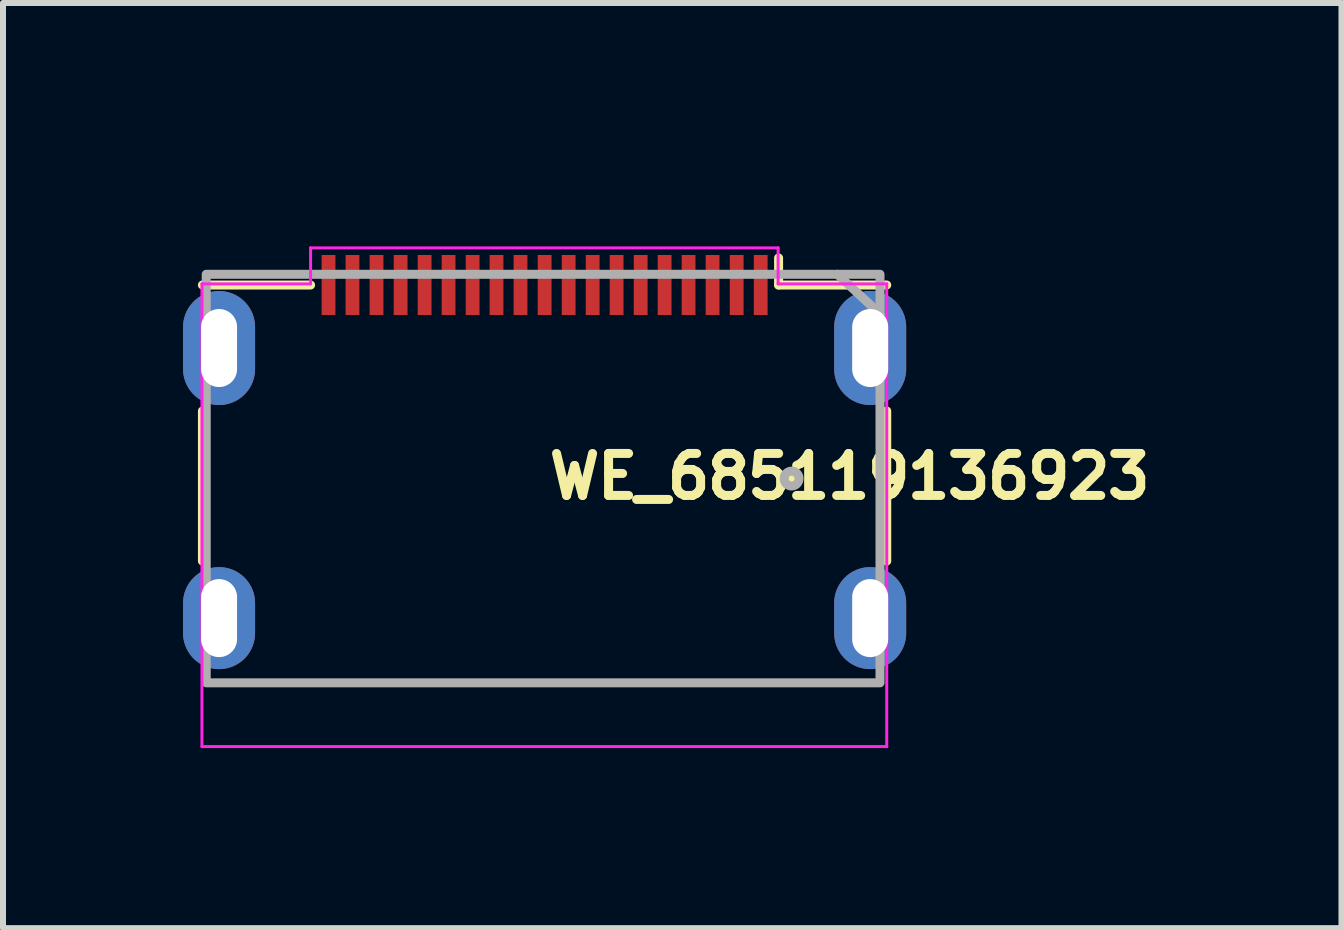
<source format=kicad_pcb>
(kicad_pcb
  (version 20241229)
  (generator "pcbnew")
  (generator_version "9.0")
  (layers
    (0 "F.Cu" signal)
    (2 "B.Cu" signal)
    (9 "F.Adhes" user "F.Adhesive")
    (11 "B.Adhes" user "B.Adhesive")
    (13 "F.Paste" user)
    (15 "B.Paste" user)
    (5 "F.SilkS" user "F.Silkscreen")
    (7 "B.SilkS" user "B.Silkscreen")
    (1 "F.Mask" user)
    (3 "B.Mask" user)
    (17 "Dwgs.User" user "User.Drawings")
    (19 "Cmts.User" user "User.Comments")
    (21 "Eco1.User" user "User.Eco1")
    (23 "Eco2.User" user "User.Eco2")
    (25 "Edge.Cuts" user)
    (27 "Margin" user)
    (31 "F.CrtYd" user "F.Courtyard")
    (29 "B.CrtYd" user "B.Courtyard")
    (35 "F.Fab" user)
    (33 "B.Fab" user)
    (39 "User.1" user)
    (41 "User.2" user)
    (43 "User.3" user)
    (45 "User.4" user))
  (footprint "WE_685119136923"
    (layer "F.Cu")
    (at 6.025 0.25)
    (property "Reference" "WE_685119136923" (at 0 5.049 0) (layer "F.SilkS") (effects (font (size 0.7 0.7) (thickness 0.15)) (justify left bottom)))
    (attr smd)
    (fp_line (start -5.702 3.548) (end -5.702 6.049) (stroke (width 0.15) (type solid)) (layer "F.SilkS"))
    (fp_line (start -3.9 1.449) (end -5.702 1.449) (stroke (width 0.15) (type solid)) (layer "F.SilkS"))
    (fp_line (start 3.898 0.998) (end 3.898 1.449) (stroke (width 0.15) (type solid)) (layer "F.SilkS"))
    (fp_line (start 3.898 1.449) (end 5.7 1.449) (stroke (width 0.15) (type solid)) (layer "F.SilkS"))
    (fp_line (start 5.7 3.548) (end 5.7 6.049) (stroke (width 0.15) (type solid)) (layer "F.SilkS"))
    (fp_circle (center 4.115 4.674) (end 4.164 4.674) (stroke (width 0.15) (type solid)) (fill yes) (layer "F.SilkS"))
    (fp_line (start -5.71 1.43) (end -5.71 9.14) (stroke (width 0.05) (type solid)) (layer "F.CrtYd"))
    (fp_line (start -5.71 9.14) (end 5.7 9.14) (stroke (width 0.05) (type solid)) (layer "F.CrtYd"))
    (fp_line (start -3.9 0.83) (end -3.9 1.43) (stroke (width 0.05) (type solid)) (layer "F.CrtYd"))
    (fp_line (start -3.9 1.43) (end -5.71 1.43) (stroke (width 0.05) (type solid)) (layer "F.CrtYd"))
    (fp_line (start 3.89 0.83) (end -3.9 0.83) (stroke (width 0.05) (type solid)) (layer "F.CrtYd"))
    (fp_line (start 3.89 1.43) (end 3.89 0.83) (stroke (width 0.05) (type solid)) (layer "F.CrtYd"))
    (fp_line (start 5.7 1.43) (end 3.89 1.43) (stroke (width 0.05) (type solid)) (layer "F.CrtYd"))
    (fp_line (start 5.7 9.14) (end 5.7 1.43) (stroke (width 0.05) (type solid)) (layer "F.CrtYd"))
    (fp_line (start 4.877 1.27) (end 5.588 1.93) (stroke (width 0.15) (type solid)) (layer "F.Fab"))
    (fp_rect (start -5.639 1.27) (end 5.588 8.077) (stroke (width 0.15) (type solid)) (fill no) (layer "F.Fab"))
    (fp_circle (center 4.115 4.674) (end 4.164 4.674) (stroke (width 0.15) (type solid)) (fill no) (layer "F.Fab"))
    (fp_line (start -5.627 2.089) (end -5.627 3.788) (stroke (width 0.02) (type solid)) (layer "User.9"))
    (fp_line (start -5.627 2.089) (end -5.602 2.089) (stroke (width 0.02) (type solid)) (layer "User.9"))
    (fp_line (start -5.627 3.788) (end -5.251 3.788) (stroke (width 0.02) (type solid)) (layer "User.9"))
    (fp_line (start -5.602 1.689) (end -4.102 1.689) (stroke (width 0.02) (type solid)) (layer "User.9"))
    (fp_line (start -5.602 3.288) (end -5.602 1.689) (stroke (width 0.02) (type solid)) (layer "User.9"))
    (fp_line (start -5.602 3.788) (end -5.602 8.938) (stroke (width 0.02) (type solid)) (layer "User.9"))
    (fp_line (start -5.602 6.288) (end -5.602 6.237) (stroke (width 0.02) (type solid)) (layer "User.9"))
    (fp_line (start -5.602 6.388) (end -5.602 6.538) (stroke (width 0.02) (type solid)) (layer "User.9"))
    (fp_line (start -5.602 7.588) (end -5.602 8.938) (stroke (width 0.02) (type solid)) (layer "User.9"))
    (fp_line (start -5.602 7.64) (end -5.602 7.588) (stroke (width 0.02) (type solid)) (layer "User.9"))
    (fp_line (start -5.602 8.938) (end -5.496 8.938) (stroke (width 0.02) (type solid)) (layer "User.9"))
    (fp_line (start -5.6 1.653) (end -5.6 1.67) (stroke (width 0.02) (type solid)) (layer "User.9"))
    (fp_line (start -5.6 1.67) (end -5.602 1.689) (stroke (width 0.02) (type solid)) (layer "User.9"))
    (fp_line (start -5.597 1.636) (end -5.6 1.653) (stroke (width 0.02) (type solid)) (layer "User.9"))
    (fp_line (start -5.592 1.617) (end -5.597 1.636) (stroke (width 0.02) (type solid)) (layer "User.9"))
    (fp_line (start -5.589 1.601) (end -5.592 1.617) (stroke (width 0.02) (type solid)) (layer "User.9"))
    (fp_line (start -5.584 1.585) (end -5.589 1.601) (stroke (width 0.02) (type solid)) (layer "User.9"))
    (fp_line (start -5.578 1.568) (end -5.584 1.585) (stroke (width 0.02) (type solid)) (layer "User.9"))
    (fp_line (start -5.571 1.552) (end -5.578 1.568) (stroke (width 0.02) (type solid)) (layer "User.9"))
    (fp_line (start -5.563 1.537) (end -5.571 1.552) (stroke (width 0.02) (type solid)) (layer "User.9"))
    (fp_line (start -5.555 1.521) (end -5.563 1.537) (stroke (width 0.02) (type solid)) (layer "User.9"))
    (fp_line (start -5.547 1.507) (end -5.555 1.521) (stroke (width 0.02) (type solid)) (layer "User.9"))
    (fp_line (start -5.538 1.492) (end -5.547 1.507) (stroke (width 0.02) (type solid)) (layer "User.9"))
    (fp_line (start -5.526 1.479) (end -5.538 1.492) (stroke (width 0.02) (type solid)) (layer "User.9"))
    (fp_line (start -5.517 1.465) (end -5.526 1.479) (stroke (width 0.02) (type solid)) (layer "User.9"))
    (fp_line (start -5.504 1.452) (end -5.517 1.465) (stroke (width 0.02) (type solid)) (layer "User.9"))
    (fp_line (start -5.496 3.788) (end -5.602 3.788) (stroke (width 0.02) (type solid)) (layer "User.9"))
    (fp_line (start -5.496 3.788) (end -5.496 3.788) (stroke (width 0.02) (type solid)) (layer "User.9"))
    (fp_line (start -5.496 8.938) (end -5.496 8.938) (stroke (width 0.02) (type solid)) (layer "User.9"))
    (fp_line (start -5.496 8.938) (end -5.243 8.938) (stroke (width 0.02) (type solid)) (layer "User.9"))
    (fp_line (start -5.493 1.44) (end -5.504 1.452) (stroke (width 0.02) (type solid)) (layer "User.9"))
    (fp_line (start -5.48 1.429) (end -5.493 1.44) (stroke (width 0.02) (type solid)) (layer "User.9"))
    (fp_line (start -5.467 1.419) (end -5.48 1.429) (stroke (width 0.02) (type solid)) (layer "User.9"))
    (fp_line (start -5.454 1.408) (end -5.467 1.419) (stroke (width 0.02) (type solid)) (layer "User.9"))
    (fp_line (start -5.44 1.399) (end -5.454 1.408) (stroke (width 0.02) (type solid)) (layer "User.9"))
    (fp_line (start -5.425 1.39) (end -5.44 1.399) (stroke (width 0.02) (type solid)) (layer "User.9"))
    (fp_line (start -5.411 1.38) (end -5.425 1.39) (stroke (width 0.02) (type solid)) (layer "User.9"))
    (fp_line (start -5.395 1.374) (end -5.411 1.38) (stroke (width 0.02) (type solid)) (layer "User.9"))
    (fp_line (start -5.379 1.367) (end -5.395 1.374) (stroke (width 0.02) (type solid)) (layer "User.9"))
    (fp_line (start -5.363 1.359) (end -5.379 1.367) (stroke (width 0.02) (type solid)) (layer "User.9"))
    (fp_line (start -5.347 1.355) (end -5.363 1.359) (stroke (width 0.02) (type solid)) (layer "User.9"))
    (fp_line (start -5.331 1.35) (end -5.347 1.355) (stroke (width 0.02) (type solid)) (layer "User.9"))
    (fp_line (start -5.313 1.346) (end -5.331 1.35) (stroke (width 0.02) (type solid)) (layer "User.9"))
    (fp_line (start -5.296 1.343) (end -5.313 1.346) (stroke (width 0.02) (type solid)) (layer "User.9"))
    (fp_line (start -5.278 1.34) (end -5.296 1.343) (stroke (width 0.02) (type solid)) (layer "User.9"))
    (fp_line (start -5.26 1.339) (end -5.278 1.34) (stroke (width 0.02) (type solid)) (layer "User.9"))
    (fp_line (start -5.243 1.339) (end -5.26 1.339) (stroke (width 0.02) (type solid)) (layer "User.9"))
    (fp_line (start -5.243 1.339) (end -3.953 1.339) (stroke (width 0.02) (type solid)) (layer "User.9"))
    (fp_line (start -5.243 3.788) (end -5.496 3.788) (stroke (width 0.02) (type solid)) (layer "User.9"))
    (fp_line (start -5.243 3.788) (end -5.052 3.788) (stroke (width 0.02) (type solid)) (layer "User.9"))
    (fp_line (start -5.243 8.938) (end 5.239 8.938) (stroke (width 0.02) (type solid)) (layer "User.9"))
    (fp_line (start -5.052 3.288) (end -5.602 3.288) (stroke (width 0.02) (type solid)) (layer "User.9"))
    (fp_line (start -5.052 3.788) (end -5.036 3.788) (stroke (width 0.02) (type solid)) (layer "User.9"))
    (fp_line (start -5.044 3.288) (end -5.052 3.288) (stroke (width 0.02) (type solid)) (layer "User.9"))
    (fp_line (start -5.036 3.29) (end -5.044 3.288) (stroke (width 0.02) (type solid)) (layer "User.9"))
    (fp_line (start -5.036 3.788) (end -5.018 3.786) (stroke (width 0.02) (type solid)) (layer "User.9"))
    (fp_line (start -5.028 3.29) (end -5.036 3.29) (stroke (width 0.02) (type solid)) (layer "User.9"))
    (fp_line (start -5.018 3.292) (end -5.028 3.29) (stroke (width 0.02) (type solid)) (layer "User.9"))
    (fp_line (start -5.018 3.786) (end -5.002 3.784) (stroke (width 0.02) (type solid)) (layer "User.9"))
    (fp_line (start -5.01 3.292) (end -5.018 3.292) (stroke (width 0.02) (type solid)) (layer "User.9"))
    (fp_line (start -5.002 3.294) (end -5.01 3.292) (stroke (width 0.02) (type solid)) (layer "User.9"))
    (fp_line (start -5.002 3.784) (end -4.986 3.78) (stroke (width 0.02) (type solid)) (layer "User.9"))
    (fp_line (start -4.994 3.296) (end -5.002 3.294) (stroke (width 0.02) (type solid)) (layer "User.9"))
    (fp_line (start -4.986 3.298) (end -4.994 3.296) (stroke (width 0.02) (type solid)) (layer "User.9"))
    (fp_line (start -4.986 3.78) (end -4.972 3.776) (stroke (width 0.02) (type solid)) (layer "User.9"))
    (fp_line (start -4.978 3.3) (end -4.986 3.298) (stroke (width 0.02) (type solid)) (layer "User.9"))
    (fp_line (start -4.972 3.302) (end -4.978 3.3) (stroke (width 0.02) (type solid)) (layer "User.9"))
    (fp_line (start -4.972 3.776) (end -4.956 3.77) (stroke (width 0.02) (type solid)) (layer "User.9"))
    (fp_line (start -4.964 3.304) (end -4.972 3.302) (stroke (width 0.02) (type solid)) (layer "User.9"))
    (fp_line (start -4.956 3.308) (end -4.964 3.304) (stroke (width 0.02) (type solid)) (layer "User.9"))
    (fp_line (start -4.956 3.77) (end -4.941 3.762) (stroke (width 0.02) (type solid)) (layer "User.9"))
    (fp_line (start -4.948 3.312) (end -4.956 3.308) (stroke (width 0.02) (type solid)) (layer "User.9"))
    (fp_line (start -4.941 3.314) (end -4.948 3.312) (stroke (width 0.02) (type solid)) (layer "User.9"))
    (fp_line (start -4.941 3.762) (end -4.927 3.756) (stroke (width 0.02) (type solid)) (layer "User.9"))
    (fp_line (start -4.935 3.318) (end -4.941 3.314) (stroke (width 0.02) (type solid)) (layer "User.9"))
    (fp_line (start -4.927 3.322) (end -4.935 3.318) (stroke (width 0.02) (type solid)) (layer "User.9"))
    (fp_line (start -4.927 3.756) (end -4.914 3.746) (stroke (width 0.02) (type solid)) (layer "User.9"))
    (fp_line (start -4.921 3.327) (end -4.927 3.322) (stroke (width 0.02) (type solid)) (layer "User.9"))
    (fp_line (start -4.914 3.331) (end -4.921 3.327) (stroke (width 0.02) (type solid)) (layer "User.9"))
    (fp_line (start -4.914 3.746) (end -4.9 3.738) (stroke (width 0.02) (type solid)) (layer "User.9"))
    (fp_line (start -4.906 3.335) (end -4.914 3.331) (stroke (width 0.02) (type solid)) (layer "User.9"))
    (fp_line (start -4.9 3.341) (end -4.906 3.335) (stroke (width 0.02) (type solid)) (layer "User.9"))
    (fp_line (start -4.9 3.738) (end -4.887 3.728) (stroke (width 0.02) (type solid)) (layer "User.9"))
    (fp_line (start -4.893 3.345) (end -4.9 3.341) (stroke (width 0.02) (type solid)) (layer "User.9"))
    (fp_line (start -4.887 3.351) (end -4.893 3.345) (stroke (width 0.02) (type solid)) (layer "User.9"))
    (fp_line (start -4.887 3.728) (end -4.876 3.716) (stroke (width 0.02) (type solid)) (layer "User.9"))
    (fp_line (start -4.882 3.357) (end -4.887 3.351) (stroke (width 0.02) (type solid)) (layer "User.9"))
    (fp_line (start -4.876 3.361) (end -4.882 3.357) (stroke (width 0.02) (type solid)) (layer "User.9"))
    (fp_line (start -4.876 3.716) (end -4.864 3.705) (stroke (width 0.02) (type solid)) (layer "User.9"))
    (fp_line (start -4.869 3.367) (end -4.876 3.361) (stroke (width 0.02) (type solid)) (layer "User.9"))
    (fp_line (start -4.864 3.373) (end -4.869 3.367) (stroke (width 0.02) (type solid)) (layer "User.9"))
    (fp_line (start -4.864 3.705) (end -4.853 3.691) (stroke (width 0.02) (type solid)) (layer "User.9"))
    (fp_line (start -4.86 3.379) (end -4.864 3.373) (stroke (width 0.02) (type solid)) (layer "User.9"))
    (fp_line (start -4.853 3.387) (end -4.86 3.379) (stroke (width 0.02) (type solid)) (layer "User.9"))
    (fp_line (start -4.853 3.691) (end -4.845 3.677) (stroke (width 0.02) (type solid)) (layer "User.9"))
    (fp_line (start -4.85 3.393) (end -4.853 3.387) (stroke (width 0.02) (type solid)) (layer "User.9"))
    (fp_line (start -4.845 3.399) (end -4.85 3.393) (stroke (width 0.02) (type solid)) (layer "User.9"))
    (fp_line (start -4.845 3.677) (end -4.836 3.663) (stroke (width 0.02) (type solid)) (layer "User.9"))
    (fp_line (start -4.839 3.407) (end -4.845 3.399) (stroke (width 0.02) (type solid)) (layer "User.9"))
    (fp_line (start -4.836 3.413) (end -4.839 3.407) (stroke (width 0.02) (type solid)) (layer "User.9"))
    (fp_line (start -4.836 3.413) (end -4.836 3.413) (stroke (width 0.02) (type solid)) (layer "User.9"))
    (fp_line (start -4.836 3.663) (end -4.836 3.663) (stroke (width 0.02) (type solid)) (layer "User.9"))
    (fp_line (start -4.836 3.663) (end -4.828 3.649) (stroke (width 0.02) (type solid)) (layer "User.9"))
    (fp_line (start -4.828 3.429) (end -4.836 3.413) (stroke (width 0.02) (type solid)) (layer "User.9"))
    (fp_line (start -4.828 3.649) (end -4.821 3.635) (stroke (width 0.02) (type solid)) (layer "User.9"))
    (fp_line (start -4.821 3.443) (end -4.828 3.429) (stroke (width 0.02) (type solid)) (layer "User.9"))
    (fp_line (start -4.821 3.635) (end -4.815 3.619) (stroke (width 0.02) (type solid)) (layer "User.9"))
    (fp_line (start -4.815 3.458) (end -4.821 3.443) (stroke (width 0.02) (type solid)) (layer "User.9"))
    (fp_line (start -4.815 3.619) (end -4.81 3.603) (stroke (width 0.02) (type solid)) (layer "User.9"))
    (fp_line (start -4.81 3.474) (end -4.815 3.458) (stroke (width 0.02) (type solid)) (layer "User.9"))
    (fp_line (start -4.81 3.603) (end -4.807 3.587) (stroke (width 0.02) (type solid)) (layer "User.9"))
    (fp_line (start -4.807 3.49) (end -4.81 3.474) (stroke (width 0.02) (type solid)) (layer "User.9"))
    (fp_line (start -4.807 3.587) (end -4.805 3.572) (stroke (width 0.02) (type solid)) (layer "User.9"))
    (fp_line (start -4.805 3.506) (end -4.807 3.49) (stroke (width 0.02) (type solid)) (layer "User.9"))
    (fp_line (start -4.805 3.572) (end -4.802 3.556) (stroke (width 0.02) (type solid)) (layer "User.9"))
    (fp_line (start -4.802 3.522) (end -4.805 3.506) (stroke (width 0.02) (type solid)) (layer "User.9"))
    (fp_line (start -4.802 3.538) (end -4.802 3.522) (stroke (width 0.02) (type solid)) (layer "User.9"))
    (fp_line (start -4.802 3.556) (end -4.802 3.538) (stroke (width 0.02) (type solid)) (layer "User.9"))
    (fp_line (start -4.278 4.438) (end -4.276 4.431) (stroke (width 0.02) (type solid)) (layer "User.9"))
    (fp_line (start -4.278 6.138) (end -4.073 6.138) (stroke (width 0.02) (type solid)) (layer "User.9"))
    (fp_line (start -4.278 7.988) (end -4.278 4.438) (stroke (width 0.02) (type solid)) (layer "User.9"))
    (fp_line (start -4.276 4.424) (end -4.275 4.416) (stroke (width 0.02) (type solid)) (layer "User.9"))
    (fp_line (start -4.276 4.431) (end -4.276 4.424) (stroke (width 0.02) (type solid)) (layer "User.9"))
    (fp_line (start -4.276 7.996) (end -4.278 7.988) (stroke (width 0.02) (type solid)) (layer "User.9"))
    (fp_line (start -4.276 8.003) (end -4.276 7.996) (stroke (width 0.02) (type solid)) (layer "User.9"))
    (fp_line (start -4.275 4.41) (end -4.273 4.403) (stroke (width 0.02) (type solid)) (layer "User.9"))
    (fp_line (start -4.275 4.416) (end -4.275 4.41) (stroke (width 0.02) (type solid)) (layer "User.9"))
    (fp_line (start -4.275 8.011) (end -4.276 8.003) (stroke (width 0.02) (type solid)) (layer "User.9"))
    (fp_line (start -4.275 8.018) (end -4.275 8.011) (stroke (width 0.02) (type solid)) (layer "User.9"))
    (fp_line (start -4.273 4.403) (end -4.27 4.396) (stroke (width 0.02) (type solid)) (layer "User.9"))
    (fp_line (start -4.273 8.024) (end -4.275 8.018) (stroke (width 0.02) (type solid)) (layer "User.9"))
    (fp_line (start -4.27 4.396) (end -4.268 4.389) (stroke (width 0.02) (type solid)) (layer "User.9"))
    (fp_line (start -4.27 8.031) (end -4.273 8.024) (stroke (width 0.02) (type solid)) (layer "User.9"))
    (fp_line (start -4.268 4.389) (end -4.265 4.382) (stroke (width 0.02) (type solid)) (layer "User.9"))
    (fp_line (start -4.268 8.039) (end -4.27 8.031) (stroke (width 0.02) (type solid)) (layer "User.9"))
    (fp_line (start -4.267 8.044) (end -4.268 8.039) (stroke (width 0.02) (type solid)) (layer "User.9"))
    (fp_line (start -4.265 4.382) (end -4.262 4.375) (stroke (width 0.02) (type solid)) (layer "User.9"))
    (fp_line (start -4.264 8.051) (end -4.267 8.044) (stroke (width 0.02) (type solid)) (layer "User.9"))
    (fp_line (start -4.262 4.375) (end -4.259 4.369) (stroke (width 0.02) (type solid)) (layer "User.9"))
    (fp_line (start -4.26 8.058) (end -4.264 8.051) (stroke (width 0.02) (type solid)) (layer "User.9"))
    (fp_line (start -4.259 4.369) (end -4.256 4.362) (stroke (width 0.02) (type solid)) (layer "User.9"))
    (fp_line (start -4.257 8.064) (end -4.26 8.058) (stroke (width 0.02) (type solid)) (layer "User.9"))
    (fp_line (start -4.256 4.362) (end -4.251 4.356) (stroke (width 0.02) (type solid)) (layer "User.9"))
    (fp_line (start -4.254 8.069) (end -4.257 8.064) (stroke (width 0.02) (type solid)) (layer "User.9"))
    (fp_line (start -4.251 4.356) (end -4.248 4.35) (stroke (width 0.02) (type solid)) (layer "User.9"))
    (fp_line (start -4.249 8.076) (end -4.254 8.069) (stroke (width 0.02) (type solid)) (layer "User.9"))
    (fp_line (start -4.248 4.35) (end -4.243 4.343) (stroke (width 0.02) (type solid)) (layer "User.9"))
    (fp_line (start -4.246 8.08) (end -4.249 8.076) (stroke (width 0.02) (type solid)) (layer "User.9"))
    (fp_line (start -4.243 4.343) (end -4.238 4.338) (stroke (width 0.02) (type solid)) (layer "User.9"))
    (fp_line (start -4.241 8.085) (end -4.246 8.08) (stroke (width 0.02) (type solid)) (layer "User.9"))
    (fp_line (start -4.238 4.338) (end -4.233 4.332) (stroke (width 0.02) (type solid)) (layer "User.9"))
    (fp_line (start -4.236 8.092) (end -4.241 8.085) (stroke (width 0.02) (type solid)) (layer "User.9"))
    (fp_line (start -4.233 4.332) (end -4.233 4.332) (stroke (width 0.02) (type solid)) (layer "User.9"))
    (fp_line (start -4.233 4.332) (end -4.227 4.327) (stroke (width 0.02) (type solid)) (layer "User.9"))
    (fp_line (start -4.232 8.096) (end -4.236 8.092) (stroke (width 0.02) (type solid)) (layer "User.9"))
    (fp_line (start -4.227 4.327) (end -4.222 4.322) (stroke (width 0.02) (type solid)) (layer "User.9"))
    (fp_line (start -4.227 8.1) (end -4.232 8.096) (stroke (width 0.02) (type solid)) (layer "User.9"))
    (fp_line (start -4.222 4.322) (end -4.217 4.318) (stroke (width 0.02) (type solid)) (layer "User.9"))
    (fp_line (start -4.222 8.105) (end -4.227 8.1) (stroke (width 0.02) (type solid)) (layer "User.9"))
    (fp_line (start -4.217 4.318) (end -4.211 4.314) (stroke (width 0.02) (type solid)) (layer "User.9"))
    (fp_line (start -4.217 8.109) (end -4.222 8.105) (stroke (width 0.02) (type solid)) (layer "User.9"))
    (fp_line (start -4.211 4.314) (end -4.204 4.31) (stroke (width 0.02) (type solid)) (layer "User.9"))
    (fp_line (start -4.211 8.113) (end -4.217 8.109) (stroke (width 0.02) (type solid)) (layer "User.9"))
    (fp_line (start -4.204 4.31) (end -4.198 4.306) (stroke (width 0.02) (type solid)) (layer "User.9"))
    (fp_line (start -4.204 8.117) (end -4.211 8.113) (stroke (width 0.02) (type solid)) (layer "User.9"))
    (fp_line (start -4.198 4.306) (end -4.191 4.303) (stroke (width 0.02) (type solid)) (layer "User.9"))
    (fp_line (start -4.198 8.12) (end -4.204 8.117) (stroke (width 0.02) (type solid)) (layer "User.9"))
    (fp_line (start -4.193 8.124) (end -4.198 8.12) (stroke (width 0.02) (type solid)) (layer "User.9"))
    (fp_line (start -4.191 4.303) (end -4.185 4.3) (stroke (width 0.02) (type solid)) (layer "User.9"))
    (fp_line (start -4.187 8.127) (end -4.193 8.124) (stroke (width 0.02) (type solid)) (layer "User.9"))
    (fp_line (start -4.185 4.3) (end -4.177 4.297) (stroke (width 0.02) (type solid)) (layer "User.9"))
    (fp_line (start -4.18 8.129) (end -4.187 8.127) (stroke (width 0.02) (type solid)) (layer "User.9"))
    (fp_line (start -4.177 4.297) (end -4.171 4.295) (stroke (width 0.02) (type solid)) (layer "User.9"))
    (fp_line (start -4.172 8.132) (end -4.18 8.129) (stroke (width 0.02) (type solid)) (layer "User.9"))
    (fp_line (start -4.171 4.295) (end -4.164 4.293) (stroke (width 0.02) (type solid)) (layer "User.9"))
    (fp_line (start -4.166 8.133) (end -4.172 8.132) (stroke (width 0.02) (type solid)) (layer "User.9"))
    (fp_line (start -4.164 4.293) (end -4.156 4.291) (stroke (width 0.02) (type solid)) (layer "User.9"))
    (fp_line (start -4.159 8.136) (end -4.166 8.133) (stroke (width 0.02) (type solid)) (layer "User.9"))
    (fp_line (start -4.156 4.291) (end -4.15 4.29) (stroke (width 0.02) (type solid)) (layer "User.9"))
    (fp_line (start -4.153 8.136) (end -4.159 8.136) (stroke (width 0.02) (type solid)) (layer "User.9"))
    (fp_line (start -4.15 4.29) (end -4.142 4.289) (stroke (width 0.02) (type solid)) (layer "User.9"))
    (fp_line (start -4.145 8.137) (end -4.153 8.136) (stroke (width 0.02) (type solid)) (layer "User.9"))
    (fp_line (start -4.142 4.289) (end -4.134 4.289) (stroke (width 0.02) (type solid)) (layer "User.9"))
    (fp_line (start -4.137 8.139) (end -4.145 8.137) (stroke (width 0.02) (type solid)) (layer "User.9"))
    (fp_line (start -4.134 4.289) (end -4.126 4.288) (stroke (width 0.02) (type solid)) (layer "User.9"))
    (fp_line (start -4.131 8.137) (end -4.137 8.139) (stroke (width 0.02) (type solid)) (layer "User.9"))
    (fp_line (start -4.126 4.288) (end -2.176 4.288) (stroke (width 0.02) (type solid)) (layer "User.9"))
    (fp_line (start -4.124 8.136) (end -4.131 8.137) (stroke (width 0.02) (type solid)) (layer "User.9"))
    (fp_line (start -4.116 8.136) (end -4.124 8.136) (stroke (width 0.02) (type solid)) (layer "User.9"))
    (fp_line (start -4.11 8.133) (end -4.116 8.136) (stroke (width 0.02) (type solid)) (layer "User.9"))
    (fp_line (start -4.102 1.689) (end -3.953 1.689) (stroke (width 0.02) (type solid)) (layer "User.9"))
    (fp_line (start -4.102 8.132) (end -4.11 8.133) (stroke (width 0.02) (type solid)) (layer "User.9"))
    (fp_line (start -4.097 8.129) (end -4.102 8.132) (stroke (width 0.02) (type solid)) (layer "User.9"))
    (fp_line (start -4.089 8.128) (end -4.097 8.129) (stroke (width 0.02) (type solid)) (layer "User.9"))
    (fp_line (start -4.084 8.124) (end -4.089 8.128) (stroke (width 0.02) (type solid)) (layer "User.9"))
    (fp_line (start -4.078 8.121) (end -4.084 8.124) (stroke (width 0.02) (type solid)) (layer "User.9"))
    (fp_line (start -4.073 6.138) (end -4.066 6.138) (stroke (width 0.02) (type solid)) (layer "User.9"))
    (fp_line (start -4.073 7.738) (end -4.278 7.738) (stroke (width 0.02) (type solid)) (layer "User.9"))
    (fp_line (start -4.071 8.117) (end -4.078 8.121) (stroke (width 0.02) (type solid)) (layer "User.9"))
    (fp_line (start -4.066 6.138) (end -4.052 6.138) (stroke (width 0.02) (type solid)) (layer "User.9"))
    (fp_line (start -4.066 7.738) (end -4.073 7.738) (stroke (width 0.02) (type solid)) (layer "User.9"))
    (fp_line (start -4.065 8.115) (end -4.071 8.117) (stroke (width 0.02) (type solid)) (layer "User.9"))
    (fp_line (start -4.06 8.111) (end -4.065 8.115) (stroke (width 0.02) (type solid)) (layer "User.9"))
    (fp_line (start -4.055 8.107) (end -4.06 8.111) (stroke (width 0.02) (type solid)) (layer "User.9"))
    (fp_line (start -4.052 6.838) (end -4.052 4.288) (stroke (width 0.02) (type solid)) (layer "User.9"))
    (fp_line (start -4.052 6.838) (end -3.969 6.838) (stroke (width 0.02) (type solid)) (layer "User.9"))
    (fp_line (start -4.052 6.939) (end -4.052 6.838) (stroke (width 0.02) (type solid)) (layer "User.9"))
    (fp_line (start -4.052 6.939) (end -3.974 7.016) (stroke (width 0.02) (type solid)) (layer "User.9"))
    (fp_line (start -4.049 8.101) (end -4.055 8.107) (stroke (width 0.02) (type solid)) (layer "User.9"))
    (fp_line (start -4.044 8.097) (end -4.049 8.101) (stroke (width 0.02) (type solid)) (layer "User.9"))
    (fp_line (start -4.039 8.092) (end -4.044 8.097) (stroke (width 0.02) (type solid)) (layer "User.9"))
    (fp_line (start -4.036 8.088) (end -4.039 8.092) (stroke (width 0.02) (type solid)) (layer "User.9"))
    (fp_line (start -4.031 8.083) (end -4.036 8.088) (stroke (width 0.02) (type solid)) (layer "User.9"))
    (fp_line (start -4.026 8.076) (end -4.031 8.083) (stroke (width 0.02) (type solid)) (layer "User.9"))
    (fp_line (start -4.023 8.072) (end -4.026 8.076) (stroke (width 0.02) (type solid)) (layer "User.9"))
    (fp_line (start -4.02 8.065) (end -4.023 8.072) (stroke (width 0.02) (type solid)) (layer "User.9"))
    (fp_line (start -4.015 8.059) (end -4.02 8.065) (stroke (width 0.02) (type solid)) (layer "User.9"))
    (fp_line (start -4.012 8.054) (end -4.015 8.059) (stroke (width 0.02) (type solid)) (layer "User.9"))
    (fp_line (start -4.01 8.047) (end -4.012 8.054) (stroke (width 0.02) (type solid)) (layer "User.9"))
    (fp_line (start -4.007 8.04) (end -4.01 8.047) (stroke (width 0.02) (type solid)) (layer "User.9"))
    (fp_line (start -4.006 8.035) (end -4.007 8.04) (stroke (width 0.02) (type solid)) (layer "User.9"))
    (fp_line (start -4.004 8.027) (end -4.006 8.035) (stroke (width 0.02) (type solid)) (layer "User.9"))
    (fp_line (start -4.002 8.02) (end -4.004 8.027) (stroke (width 0.02) (type solid)) (layer "User.9"))
    (fp_line (start -4.001 8.014) (end -4.002 8.02) (stroke (width 0.02) (type solid)) (layer "User.9"))
    (fp_line (start -3.999 8.007) (end -4.001 8.014) (stroke (width 0.02) (type solid)) (layer "User.9"))
    (fp_line (start -3.998 7.992) (end -3.998 7.999) (stroke (width 0.02) (type solid)) (layer "User.9"))
    (fp_line (start -3.998 7.992) (end -3.953 6.138) (stroke (width 0.02) (type solid)) (layer "User.9"))
    (fp_line (start -3.998 7.999) (end -3.999 8.007) (stroke (width 0.02) (type solid)) (layer "User.9"))
    (fp_line (start -3.993 7.738) (end -4.066 7.738) (stroke (width 0.02) (type solid)) (layer "User.9"))
    (fp_line (start -3.953 1.339) (end -3.953 1.689) (stroke (width 0.02) (type solid)) (layer "User.9"))
    (fp_line (start -3.953 4.935) (end -3.953 4.701) (stroke (width 0.02) (type solid)) (layer "User.9"))
    (fp_line (start -3.953 4.935) (end -3.953 5.174) (stroke (width 0.02) (type solid)) (layer "User.9"))
    (fp_line (start -3.953 5.174) (end -3.953 5.455) (stroke (width 0.02) (type solid)) (layer "User.9"))
    (fp_line (start -3.953 5.455) (end -3.953 5.455) (stroke (width 0.02) (type solid)) (layer "User.9"))
    (fp_line (start -3.953 5.455) (end -3.953 5.662) (stroke (width 0.02) (type solid)) (layer "User.9"))
    (fp_line (start -3.953 5.662) (end -3.953 6.138) (stroke (width 0.02) (type solid)) (layer "User.9"))
    (fp_line (start -3.952 4.687) (end -3.953 4.701) (stroke (width 0.02) (type solid)) (layer "User.9"))
    (fp_line (start -3.952 4.921) (end -3.953 4.935) (stroke (width 0.02) (type solid)) (layer "User.9"))
    (fp_line (start -3.95 4.673) (end -3.952 4.687) (stroke (width 0.02) (type solid)) (layer "User.9"))
    (fp_line (start -3.95 4.906) (end -3.952 4.921) (stroke (width 0.02) (type solid)) (layer "User.9"))
    (fp_line (start -3.948 4.657) (end -3.95 4.673) (stroke (width 0.02) (type solid)) (layer "User.9"))
    (fp_line (start -3.948 4.891) (end -3.95 4.906) (stroke (width 0.02) (type solid)) (layer "User.9"))
    (fp_line (start -3.945 4.643) (end -3.948 4.657) (stroke (width 0.02) (type solid)) (layer "User.9"))
    (fp_line (start -3.945 4.878) (end -3.948 4.891) (stroke (width 0.02) (type solid)) (layer "User.9"))
    (fp_line (start -3.94 4.629) (end -3.945 4.643) (stroke (width 0.02) (type solid)) (layer "User.9"))
    (fp_line (start -3.94 4.864) (end -3.945 4.878) (stroke (width 0.02) (type solid)) (layer "User.9"))
    (fp_line (start -3.934 4.615) (end -3.94 4.629) (stroke (width 0.02) (type solid)) (layer "User.9"))
    (fp_line (start -3.934 4.849) (end -3.94 4.864) (stroke (width 0.02) (type solid)) (layer "User.9"))
    (fp_line (start -3.929 4.601) (end -3.934 4.615) (stroke (width 0.02) (type solid)) (layer "User.9"))
    (fp_line (start -3.929 4.836) (end -3.934 4.849) (stroke (width 0.02) (type solid)) (layer "User.9"))
    (fp_line (start -3.921 4.587) (end -3.929 4.601) (stroke (width 0.02) (type solid)) (layer "User.9"))
    (fp_line (start -3.921 4.822) (end -3.929 4.836) (stroke (width 0.02) (type solid)) (layer "User.9"))
    (fp_line (start -3.913 4.574) (end -3.921 4.587) (stroke (width 0.02) (type solid)) (layer "User.9"))
    (fp_line (start -3.913 4.809) (end -3.921 4.822) (stroke (width 0.02) (type solid)) (layer "User.9"))
    (fp_line (start -3.905 4.562) (end -3.913 4.574) (stroke (width 0.02) (type solid)) (layer "User.9"))
    (fp_line (start -3.905 4.795) (end -3.913 4.809) (stroke (width 0.02) (type solid)) (layer "User.9"))
    (fp_line (start -3.896 4.549) (end -3.905 4.562) (stroke (width 0.02) (type solid)) (layer "User.9"))
    (fp_line (start -3.896 4.783) (end -3.905 4.795) (stroke (width 0.02) (type solid)) (layer "User.9"))
    (fp_line (start -3.885 4.536) (end -3.896 4.549) (stroke (width 0.02) (type solid)) (layer "User.9"))
    (fp_line (start -3.885 4.772) (end -3.896 4.783) (stroke (width 0.02) (type solid)) (layer "User.9"))
    (fp_line (start -3.873 4.524) (end -3.885 4.536) (stroke (width 0.02) (type solid)) (layer "User.9"))
    (fp_line (start -3.873 4.759) (end -3.885 4.772) (stroke (width 0.02) (type solid)) (layer "User.9"))
    (fp_line (start -3.861 4.513) (end -3.873 4.524) (stroke (width 0.02) (type solid)) (layer "User.9"))
    (fp_line (start -3.861 4.748) (end -3.873 4.759) (stroke (width 0.02) (type solid)) (layer "User.9"))
    (fp_line (start -3.849 4.503) (end -3.861 4.513) (stroke (width 0.02) (type solid)) (layer "User.9"))
    (fp_line (start -3.849 4.737) (end -3.861 4.748) (stroke (width 0.02) (type solid)) (layer "User.9"))
    (fp_line (start -3.835 4.492) (end -3.849 4.503) (stroke (width 0.02) (type solid)) (layer "User.9"))
    (fp_line (start -3.835 4.492) (end -3.835 4.492) (stroke (width 0.02) (type solid)) (layer "User.9"))
    (fp_line (start -3.835 4.725) (end -3.849 4.737) (stroke (width 0.02) (type solid)) (layer "User.9"))
    (fp_line (start -3.835 4.725) (end -3.835 4.725) (stroke (width 0.02) (type solid)) (layer "User.9"))
    (fp_line (start -3.82 4.482) (end -3.835 4.492) (stroke (width 0.02) (type solid)) (layer "User.9"))
    (fp_line (start -3.82 4.715) (end -3.835 4.725) (stroke (width 0.02) (type solid)) (layer "User.9"))
    (fp_line (start -3.805 4.471) (end -3.82 4.482) (stroke (width 0.02) (type solid)) (layer "User.9"))
    (fp_line (start -3.805 4.706) (end -3.82 4.715) (stroke (width 0.02) (type solid)) (layer "User.9"))
    (fp_line (start -3.789 4.462) (end -3.805 4.471) (stroke (width 0.02) (type solid)) (layer "User.9"))
    (fp_line (start -3.789 4.698) (end -3.805 4.706) (stroke (width 0.02) (type solid)) (layer "User.9"))
    (fp_line (start -3.773 4.454) (end -3.789 4.462) (stroke (width 0.02) (type solid)) (layer "User.9"))
    (fp_line (start -3.773 4.689) (end -3.789 4.698) (stroke (width 0.02) (type solid)) (layer "User.9"))
    (fp_line (start -3.757 4.446) (end -3.773 4.454) (stroke (width 0.02) (type solid)) (layer "User.9"))
    (fp_line (start -3.757 4.681) (end -3.773 4.689) (stroke (width 0.02) (type solid)) (layer "User.9"))
    (fp_line (start -3.74 4.439) (end -3.757 4.446) (stroke (width 0.02) (type solid)) (layer "User.9"))
    (fp_line (start -3.74 4.674) (end -3.757 4.681) (stroke (width 0.02) (type solid)) (layer "User.9"))
    (fp_line (start -3.723 4.432) (end -3.74 4.439) (stroke (width 0.02) (type solid)) (layer "User.9"))
    (fp_line (start -3.723 4.667) (end -3.74 4.674) (stroke (width 0.02) (type solid)) (layer "User.9"))
    (fp_line (start -3.706 4.426) (end -3.723 4.432) (stroke (width 0.02) (type solid)) (layer "User.9"))
    (fp_line (start -3.706 4.661) (end -3.723 4.667) (stroke (width 0.02) (type solid)) (layer "User.9"))
    (fp_line (start -3.687 4.421) (end -3.706 4.426) (stroke (width 0.02) (type solid)) (layer "User.9"))
    (fp_line (start -3.687 4.656) (end -3.706 4.661) (stroke (width 0.02) (type solid)) (layer "User.9"))
    (fp_line (start -3.676 1.819) (end -3.676 1.038) (stroke (width 0.02) (type solid)) (layer "User.9"))
    (fp_line (start -3.676 1.979) (end -3.676 1.819) (stroke (width 0.02) (type solid)) (layer "User.9"))
    (fp_line (start -3.676 1.988) (end -3.801 1.988) (stroke (width 0.02) (type solid)) (layer "User.9"))
    (fp_line (start -3.676 2.113) (end -3.676 1.979) (stroke (width 0.02) (type solid)) (layer "User.9"))
    (fp_line (start -3.676 4.338) (end -3.676 4.419) (stroke (width 0.02) (type solid)) (layer "User.9"))
    (fp_line (start -3.676 4.419) (end -3.676 4.338) (stroke (width 0.02) (type solid)) (layer "User.9"))
    (fp_line (start -3.668 4.417) (end -3.687 4.421) (stroke (width 0.02) (type solid)) (layer "User.9"))
    (fp_line (start -3.668 4.651) (end -3.687 4.656) (stroke (width 0.02) (type solid)) (layer "User.9"))
    (fp_line (start -3.651 2.138) (end -4.102 1.689) (stroke (width 0.02) (type solid)) (layer "User.9"))
    (fp_line (start -3.65 4.413) (end -3.668 4.417) (stroke (width 0.02) (type solid)) (layer "User.9"))
    (fp_line (start -3.65 4.647) (end -3.668 4.651) (stroke (width 0.02) (type solid)) (layer "User.9"))
    (fp_line (start -3.631 4.411) (end -3.65 4.413) (stroke (width 0.02) (type solid)) (layer "User.9"))
    (fp_line (start -3.631 4.644) (end -3.65 4.647) (stroke (width 0.02) (type solid)) (layer "User.9"))
    (fp_line (start -3.611 4.408) (end -3.631 4.411) (stroke (width 0.02) (type solid)) (layer "User.9"))
    (fp_line (start -3.611 4.642) (end -3.631 4.644) (stroke (width 0.02) (type solid)) (layer "User.9"))
    (fp_line (start -3.591 4.406) (end -3.611 4.408) (stroke (width 0.02) (type solid)) (layer "User.9"))
    (fp_line (start -3.591 4.64) (end -3.611 4.642) (stroke (width 0.02) (type solid)) (layer "User.9"))
    (fp_line (start -3.571 4.405) (end -3.591 4.406) (stroke (width 0.02) (type solid)) (layer "User.9"))
    (fp_line (start -3.571 4.639) (end -3.591 4.64) (stroke (width 0.02) (type solid)) (layer "User.9"))
    (fp_line (start -3.551 4.405) (end -3.571 4.405) (stroke (width 0.02) (type solid)) (layer "User.9"))
    (fp_line (start -3.551 4.405) (end -2.752 4.405) (stroke (width 0.02) (type solid)) (layer "User.9"))
    (fp_line (start -3.551 4.638) (end -3.571 4.639) (stroke (width 0.02) (type solid)) (layer "User.9"))
    (fp_line (start -3.551 4.638) (end -2.752 4.638) (stroke (width 0.02) (type solid)) (layer "User.9"))
    (fp_line (start -3.526 1.038) (end -3.676 1.038) (stroke (width 0.02) (type solid)) (layer "User.9"))
    (fp_line (start -3.526 1.819) (end -3.526 1.038) (stroke (width 0.02) (type solid)) (layer "User.9"))
    (fp_line (start -3.526 1.979) (end -3.676 1.979) (stroke (width 0.02) (type solid)) (layer "User.9"))
    (fp_line (start -3.526 1.979) (end -3.526 1.819) (stroke (width 0.02) (type solid)) (layer "User.9"))
    (fp_line (start -3.526 2.138) (end -3.526 1.979) (stroke (width 0.02) (type solid)) (layer "User.9"))
    (fp_line (start -3.526 4.338) (end -3.676 4.338) (stroke (width 0.02) (type solid)) (layer "User.9"))
    (fp_line (start -3.526 4.405) (end -3.526 4.338) (stroke (width 0.02) (type solid)) (layer "User.9"))
    (fp_line (start -3.526 4.405) (end -3.526 4.338) (stroke (width 0.02) (type solid)) (layer "User.9"))
    (fp_line (start -3.276 1.818) (end -3.276 1.037) (stroke (width 0.02) (type solid)) (layer "User.9"))
    (fp_line (start -3.276 1.977) (end -3.276 1.818) (stroke (width 0.02) (type solid)) (layer "User.9"))
    (fp_line (start -3.276 1.988) (end -3.526 1.988) (stroke (width 0.02) (type solid)) (layer "User.9"))
    (fp_line (start -3.276 2.137) (end -3.276 1.977) (stroke (width 0.02) (type solid)) (layer "User.9"))
    (fp_line (start -3.276 2.138) (end -3.276 2.137) (stroke (width 0.02) (type solid)) (layer "User.9"))
    (fp_line (start -3.276 4.338) (end -3.276 4.405) (stroke (width 0.02) (type solid)) (layer "User.9"))
    (fp_line (start -3.276 4.405) (end -3.276 4.338) (stroke (width 0.02) (type solid)) (layer "User.9"))
    (fp_line (start -3.127 1.037) (end -3.276 1.037) (stroke (width 0.02) (type solid)) (layer "User.9"))
    (fp_line (start -3.127 1.818) (end -3.127 1.037) (stroke (width 0.02) (type solid)) (layer "User.9"))
    (fp_line (start -3.127 1.977) (end -3.276 1.977) (stroke (width 0.02) (type solid)) (layer "User.9"))
    (fp_line (start -3.127 1.977) (end -3.127 1.818) (stroke (width 0.02) (type solid)) (layer "User.9"))
    (fp_line (start -3.127 2.137) (end -3.127 1.977) (stroke (width 0.02) (type solid)) (layer "User.9"))
    (fp_line (start -3.127 2.138) (end -3.127 2.137) (stroke (width 0.02) (type solid)) (layer "User.9"))
    (fp_line (start -3.127 4.338) (end -3.276 4.338) (stroke (width 0.02) (type solid)) (layer "User.9"))
    (fp_line (start -3.127 4.405) (end -3.127 4.338) (stroke (width 0.02) (type solid)) (layer "User.9"))
    (fp_line (start -3.127 4.405) (end -3.127 4.338) (stroke (width 0.02) (type solid)) (layer "User.9"))
    (fp_line (start -2.877 1.819) (end -2.877 1.038) (stroke (width 0.02) (type solid)) (layer "User.9"))
    (fp_line (start -2.877 1.979) (end -2.877 1.819) (stroke (width 0.02) (type solid)) (layer "User.9"))
    (fp_line (start -2.877 1.988) (end -3.127 1.988) (stroke (width 0.02) (type solid)) (layer "User.9"))
    (fp_line (start -2.877 2.138) (end -2.877 1.979) (stroke (width 0.02) (type solid)) (layer "User.9"))
    (fp_line (start -2.877 4.338) (end -2.877 4.405) (stroke (width 0.02) (type solid)) (layer "User.9"))
    (fp_line (start -2.877 4.405) (end -2.877 4.338) (stroke (width 0.02) (type solid)) (layer "User.9"))
    (fp_line (start -2.732 4.405) (end -2.752 4.405) (stroke (width 0.02) (type solid)) (layer "User.9"))
    (fp_line (start -2.732 4.639) (end -2.752 4.638) (stroke (width 0.02) (type solid)) (layer "User.9"))
    (fp_line (start -2.728 1.038) (end -2.877 1.038) (stroke (width 0.02) (type solid)) (layer "User.9"))
    (fp_line (start -2.728 1.819) (end -2.728 1.038) (stroke (width 0.02) (type solid)) (layer "User.9"))
    (fp_line (start -2.728 1.979) (end -2.877 1.979) (stroke (width 0.02) (type solid)) (layer "User.9"))
    (fp_line (start -2.728 1.979) (end -2.728 1.819) (stroke (width 0.02) (type solid)) (layer "User.9"))
    (fp_line (start -2.728 2.138) (end -2.728 1.979) (stroke (width 0.02) (type solid)) (layer "User.9"))
    (fp_line (start -2.728 4.338) (end -2.877 4.338) (stroke (width 0.02) (type solid)) (layer "User.9"))
    (fp_line (start -2.728 4.405) (end -2.728 4.338) (stroke (width 0.02) (type solid)) (layer "User.9"))
    (fp_line (start -2.728 4.405) (end -2.728 4.338) (stroke (width 0.02) (type solid)) (layer "User.9"))
    (fp_line (start -2.712 4.406) (end -2.732 4.405) (stroke (width 0.02) (type solid)) (layer "User.9"))
    (fp_line (start -2.712 4.64) (end -2.732 4.639) (stroke (width 0.02) (type solid)) (layer "User.9"))
    (fp_line (start -2.692 4.408) (end -2.712 4.406) (stroke (width 0.02) (type solid)) (layer "User.9"))
    (fp_line (start -2.692 4.642) (end -2.712 4.64) (stroke (width 0.02) (type solid)) (layer "User.9"))
    (fp_line (start -2.674 4.411) (end -2.692 4.408) (stroke (width 0.02) (type solid)) (layer "User.9"))
    (fp_line (start -2.674 4.644) (end -2.692 4.642) (stroke (width 0.02) (type solid)) (layer "User.9"))
    (fp_line (start -2.655 4.413) (end -2.674 4.411) (stroke (width 0.02) (type solid)) (layer "User.9"))
    (fp_line (start -2.655 4.647) (end -2.674 4.644) (stroke (width 0.02) (type solid)) (layer "User.9"))
    (fp_line (start -2.635 4.417) (end -2.655 4.413) (stroke (width 0.02) (type solid)) (layer "User.9"))
    (fp_line (start -2.635 4.651) (end -2.655 4.647) (stroke (width 0.02) (type solid)) (layer "User.9"))
    (fp_line (start -2.618 4.421) (end -2.635 4.417) (stroke (width 0.02) (type solid)) (layer "User.9"))
    (fp_line (start -2.618 4.656) (end -2.635 4.651) (stroke (width 0.02) (type solid)) (layer "User.9"))
    (fp_line (start -2.599 4.426) (end -2.618 4.421) (stroke (width 0.02) (type solid)) (layer "User.9"))
    (fp_line (start -2.599 4.661) (end -2.618 4.656) (stroke (width 0.02) (type solid)) (layer "User.9"))
    (fp_line (start -2.582 4.432) (end -2.599 4.426) (stroke (width 0.02) (type solid)) (layer "User.9"))
    (fp_line (start -2.582 4.667) (end -2.599 4.661) (stroke (width 0.02) (type solid)) (layer "User.9"))
    (fp_line (start -2.563 4.439) (end -2.582 4.432) (stroke (width 0.02) (type solid)) (layer "User.9"))
    (fp_line (start -2.563 4.674) (end -2.582 4.667) (stroke (width 0.02) (type solid)) (layer "User.9"))
    (fp_line (start -2.546 4.446) (end -2.563 4.439) (stroke (width 0.02) (type solid)) (layer "User.9"))
    (fp_line (start -2.546 4.681) (end -2.563 4.674) (stroke (width 0.02) (type solid)) (layer "User.9"))
    (fp_line (start -2.53 4.454) (end -2.546 4.446) (stroke (width 0.02) (type solid)) (layer "User.9"))
    (fp_line (start -2.53 4.689) (end -2.546 4.681) (stroke (width 0.02) (type solid)) (layer "User.9"))
    (fp_line (start -2.514 4.462) (end -2.53 4.454) (stroke (width 0.02) (type solid)) (layer "User.9"))
    (fp_line (start -2.514 4.698) (end -2.53 4.689) (stroke (width 0.02) (type solid)) (layer "User.9"))
    (fp_line (start -2.498 4.471) (end -2.514 4.462) (stroke (width 0.02) (type solid)) (layer "User.9"))
    (fp_line (start -2.498 4.706) (end -2.514 4.698) (stroke (width 0.02) (type solid)) (layer "User.9"))
    (fp_line (start -2.483 4.482) (end -2.498 4.471) (stroke (width 0.02) (type solid)) (layer "User.9"))
    (fp_line (start -2.483 4.715) (end -2.498 4.706) (stroke (width 0.02) (type solid)) (layer "User.9"))
    (fp_line (start -2.478 1.819) (end -2.478 1.038) (stroke (width 0.02) (type solid)) (layer "User.9"))
    (fp_line (start -2.478 1.979) (end -2.478 1.819) (stroke (width 0.02) (type solid)) (layer "User.9"))
    (fp_line (start -2.478 1.988) (end -2.728 1.988) (stroke (width 0.02) (type solid)) (layer "User.9"))
    (fp_line (start -2.478 2.138) (end -2.478 1.979) (stroke (width 0.02) (type solid)) (layer "User.9"))
    (fp_line (start -2.478 4.338) (end -2.478 4.486) (stroke (width 0.02) (type solid)) (layer "User.9"))
    (fp_line (start -2.478 4.486) (end -2.478 4.338) (stroke (width 0.02) (type solid)) (layer "User.9"))
    (fp_line (start -2.47 4.492) (end -2.483 4.482) (stroke (width 0.02) (type solid)) (layer "User.9"))
    (fp_line (start -2.47 4.492) (end -2.47 4.492) (stroke (width 0.02) (type solid)) (layer "User.9"))
    (fp_line (start -2.47 4.725) (end -2.483 4.715) (stroke (width 0.02) (type solid)) (layer "User.9"))
    (fp_line (start -2.47 4.725) (end -2.47 4.725) (stroke (width 0.02) (type solid)) (layer "User.9"))
    (fp_line (start -2.455 4.503) (end -2.47 4.492) (stroke (width 0.02) (type solid)) (layer "User.9"))
    (fp_line (start -2.455 4.737) (end -2.47 4.725) (stroke (width 0.02) (type solid)) (layer "User.9"))
    (fp_line (start -2.442 4.513) (end -2.455 4.503) (stroke (width 0.02) (type solid)) (layer "User.9"))
    (fp_line (start -2.442 4.748) (end -2.455 4.737) (stroke (width 0.02) (type solid)) (layer "User.9"))
    (fp_line (start -2.43 4.524) (end -2.442 4.513) (stroke (width 0.02) (type solid)) (layer "User.9"))
    (fp_line (start -2.43 4.759) (end -2.442 4.748) (stroke (width 0.02) (type solid)) (layer "User.9"))
    (fp_line (start -2.42 4.536) (end -2.43 4.524) (stroke (width 0.02) (type solid)) (layer "User.9"))
    (fp_line (start -2.42 4.772) (end -2.43 4.759) (stroke (width 0.02) (type solid)) (layer "User.9"))
    (fp_line (start -2.409 4.549) (end -2.42 4.536) (stroke (width 0.02) (type solid)) (layer "User.9"))
    (fp_line (start -2.409 4.783) (end -2.42 4.772) (stroke (width 0.02) (type solid)) (layer "User.9"))
    (fp_line (start -2.4 4.562) (end -2.409 4.549) (stroke (width 0.02) (type solid)) (layer "User.9"))
    (fp_line (start -2.4 4.795) (end -2.409 4.783) (stroke (width 0.02) (type solid)) (layer "User.9"))
    (fp_line (start -2.39 4.574) (end -2.4 4.562) (stroke (width 0.02) (type solid)) (layer "User.9"))
    (fp_line (start -2.39 4.809) (end -2.4 4.795) (stroke (width 0.02) (type solid)) (layer "User.9"))
    (fp_line (start -2.382 4.587) (end -2.39 4.574) (stroke (width 0.02) (type solid)) (layer "User.9"))
    (fp_line (start -2.382 4.822) (end -2.39 4.809) (stroke (width 0.02) (type solid)) (layer "User.9"))
    (fp_line (start -2.376 4.601) (end -2.382 4.587) (stroke (width 0.02) (type solid)) (layer "User.9"))
    (fp_line (start -2.376 4.836) (end -2.382 4.822) (stroke (width 0.02) (type solid)) (layer "User.9"))
    (fp_line (start -2.369 4.615) (end -2.376 4.601) (stroke (width 0.02) (type solid)) (layer "User.9"))
    (fp_line (start -2.369 4.849) (end -2.376 4.836) (stroke (width 0.02) (type solid)) (layer "User.9"))
    (fp_line (start -2.365 4.629) (end -2.369 4.615) (stroke (width 0.02) (type solid)) (layer "User.9"))
    (fp_line (start -2.365 4.864) (end -2.369 4.849) (stroke (width 0.02) (type solid)) (layer "User.9"))
    (fp_line (start -2.36 4.643) (end -2.365 4.629) (stroke (width 0.02) (type solid)) (layer "User.9"))
    (fp_line (start -2.36 4.878) (end -2.365 4.864) (stroke (width 0.02) (type solid)) (layer "User.9"))
    (fp_line (start -2.357 4.657) (end -2.36 4.643) (stroke (width 0.02) (type solid)) (layer "User.9"))
    (fp_line (start -2.357 4.891) (end -2.36 4.878) (stroke (width 0.02) (type solid)) (layer "User.9"))
    (fp_line (start -2.353 4.673) (end -2.357 4.657) (stroke (width 0.02) (type solid)) (layer "User.9"))
    (fp_line (start -2.353 4.687) (end -2.353 4.673) (stroke (width 0.02) (type solid)) (layer "User.9"))
    (fp_line (start -2.353 4.701) (end -2.353 4.687) (stroke (width 0.02) (type solid)) (layer "User.9"))
    (fp_line (start -2.353 4.839) (end -2.328 4.839) (stroke (width 0.02) (type solid)) (layer "User.9"))
    (fp_line (start -2.353 4.906) (end -2.357 4.891) (stroke (width 0.02) (type solid)) (layer "User.9"))
    (fp_line (start -2.353 4.921) (end -2.353 4.906) (stroke (width 0.02) (type solid)) (layer "User.9"))
    (fp_line (start -2.353 4.935) (end -2.353 4.701) (stroke (width 0.02) (type solid)) (layer "User.9"))
    (fp_line (start -2.353 4.935) (end -2.353 4.921) (stroke (width 0.02) (type solid)) (layer "User.9"))
    (fp_line (start -2.353 4.935) (end -2.353 5.174) (stroke (width 0.02) (type solid)) (layer "User.9"))
    (fp_line (start -2.353 5.174) (end -2.353 5.455) (stroke (width 0.02) (type solid)) (layer "User.9"))
    (fp_line (start -2.353 5.455) (end -2.353 5.455) (stroke (width 0.02) (type solid)) (layer "User.9"))
    (fp_line (start -2.353 5.455) (end -2.353 5.662) (stroke (width 0.02) (type solid)) (layer "User.9"))
    (fp_line (start -2.353 5.662) (end -2.353 6.138) (stroke (width 0.02) (type solid)) (layer "User.9"))
    (fp_line (start -2.353 6.138) (end -2.305 7.992) (stroke (width 0.02) (type solid)) (layer "User.9"))
    (fp_line (start -2.348 6.338) (end -2.328 6.338) (stroke (width 0.02) (type solid)) (layer "User.9"))
    (fp_line (start -2.334 6.838) (end -2.026 6.838) (stroke (width 0.02) (type solid)) (layer "User.9"))
    (fp_line (start -2.328 1.038) (end -2.478 1.038) (stroke (width 0.02) (type solid)) (layer "User.9"))
    (fp_line (start -2.328 1.819) (end -2.328 1.038) (stroke (width 0.02) (type solid)) (layer "User.9"))
    (fp_line (start -2.328 1.979) (end -2.478 1.979) (stroke (width 0.02) (type solid)) (layer "User.9"))
    (fp_line (start -2.328 1.979) (end -2.328 1.819) (stroke (width 0.02) (type solid)) (layer "User.9"))
    (fp_line (start -2.328 2.138) (end -2.328 1.979) (stroke (width 0.02) (type solid)) (layer "User.9"))
    (fp_line (start -2.328 4.338) (end -2.478 4.338) (stroke (width 0.02) (type solid)) (layer "User.9"))
    (fp_line (start -2.328 4.839) (end -2.328 4.338) (stroke (width 0.02) (type solid)) (layer "User.9"))
    (fp_line (start -2.328 4.839) (end -2.328 4.338) (stroke (width 0.02) (type solid)) (layer "User.9"))
    (fp_line (start -2.328 5.838) (end -2.353 5.838) (stroke (width 0.02) (type solid)) (layer "User.9"))
    (fp_line (start -2.328 6.338) (end -2.328 5.838) (stroke (width 0.02) (type solid)) (layer "User.9"))
    (fp_line (start -2.328 6.338) (end -2.328 5.838) (stroke (width 0.02) (type solid)) (layer "User.9"))
    (fp_line (start -2.305 7.999) (end -2.305 7.992) (stroke (width 0.02) (type solid)) (layer "User.9"))
    (fp_line (start -2.304 8.007) (end -2.305 7.999) (stroke (width 0.02) (type solid)) (layer "User.9"))
    (fp_line (start -2.304 8.014) (end -2.304 8.007) (stroke (width 0.02) (type solid)) (layer "User.9"))
    (fp_line (start -2.303 8.02) (end -2.304 8.014) (stroke (width 0.02) (type solid)) (layer "User.9"))
    (fp_line (start -2.3 8.027) (end -2.303 8.02) (stroke (width 0.02) (type solid)) (layer "User.9"))
    (fp_line (start -2.299 8.035) (end -2.3 8.027) (stroke (width 0.02) (type solid)) (layer "User.9"))
    (fp_line (start -2.296 8.04) (end -2.299 8.035) (stroke (width 0.02) (type solid)) (layer "User.9"))
    (fp_line (start -2.293 8.047) (end -2.296 8.04) (stroke (width 0.02) (type solid)) (layer "User.9"))
    (fp_line (start -2.292 8.054) (end -2.293 8.047) (stroke (width 0.02) (type solid)) (layer "User.9"))
    (fp_line (start -2.288 8.059) (end -2.292 8.054) (stroke (width 0.02) (type solid)) (layer "User.9"))
    (fp_line (start -2.284 8.065) (end -2.288 8.059) (stroke (width 0.02) (type solid)) (layer "User.9"))
    (fp_line (start -2.281 8.072) (end -2.284 8.065) (stroke (width 0.02) (type solid)) (layer "User.9"))
    (fp_line (start -2.277 8.076) (end -2.281 8.072) (stroke (width 0.02) (type solid)) (layer "User.9"))
    (fp_line (start -2.273 8.083) (end -2.277 8.076) (stroke (width 0.02) (type solid)) (layer "User.9"))
    (fp_line (start -2.268 8.088) (end -2.273 8.083) (stroke (width 0.02) (type solid)) (layer "User.9"))
    (fp_line (start -2.264 8.092) (end -2.268 8.088) (stroke (width 0.02) (type solid)) (layer "User.9"))
    (fp_line (start -2.26 8.097) (end -2.264 8.092) (stroke (width 0.02) (type solid)) (layer "User.9"))
    (fp_line (start -2.255 8.101) (end -2.26 8.097) (stroke (width 0.02) (type solid)) (layer "User.9"))
    (fp_line (start -2.249 8.107) (end -2.255 8.101) (stroke (width 0.02) (type solid)) (layer "User.9"))
    (fp_line (start -2.244 8.111) (end -2.249 8.107) (stroke (width 0.02) (type solid)) (layer "User.9"))
    (fp_line (start -2.239 8.115) (end -2.244 8.111) (stroke (width 0.02) (type solid)) (layer "User.9"))
    (fp_line (start -2.232 8.117) (end -2.239 8.115) (stroke (width 0.02) (type solid)) (layer "User.9"))
    (fp_line (start -2.227 8.121) (end -2.232 8.117) (stroke (width 0.02) (type solid)) (layer "User.9"))
    (fp_line (start -2.22 8.124) (end -2.227 8.121) (stroke (width 0.02) (type solid)) (layer "User.9"))
    (fp_line (start -2.215 8.128) (end -2.22 8.124) (stroke (width 0.02) (type solid)) (layer "User.9"))
    (fp_line (start -2.208 8.129) (end -2.215 8.128) (stroke (width 0.02) (type solid)) (layer "User.9"))
    (fp_line (start -2.201 8.132) (end -2.208 8.129) (stroke (width 0.02) (type solid)) (layer "User.9"))
    (fp_line (start -2.195 8.133) (end -2.201 8.132) (stroke (width 0.02) (type solid)) (layer "User.9"))
    (fp_line (start -2.188 8.136) (end -2.195 8.133) (stroke (width 0.02) (type solid)) (layer "User.9"))
    (fp_line (start -2.18 8.136) (end -2.188 8.136) (stroke (width 0.02) (type solid)) (layer "User.9"))
    (fp_line (start -2.176 4.288) (end -2.17 4.289) (stroke (width 0.02) (type solid)) (layer "User.9"))
    (fp_line (start -2.174 8.137) (end -2.18 8.136) (stroke (width 0.02) (type solid)) (layer "User.9"))
    (fp_line (start -2.17 4.289) (end -2.162 4.289) (stroke (width 0.02) (type solid)) (layer "User.9"))
    (fp_line (start -2.167 8.139) (end -2.174 8.137) (stroke (width 0.02) (type solid)) (layer "User.9"))
    (fp_line (start -2.162 4.289) (end -2.155 4.29) (stroke (width 0.02) (type solid)) (layer "User.9"))
    (fp_line (start -2.159 8.137) (end -2.167 8.139) (stroke (width 0.02) (type solid)) (layer "User.9"))
    (fp_line (start -2.155 4.29) (end -2.147 4.291) (stroke (width 0.02) (type solid)) (layer "User.9"))
    (fp_line (start -2.151 8.136) (end -2.159 8.137) (stroke (width 0.02) (type solid)) (layer "User.9"))
    (fp_line (start -2.147 4.291) (end -2.139 4.293) (stroke (width 0.02) (type solid)) (layer "User.9"))
    (fp_line (start -2.144 8.136) (end -2.151 8.136) (stroke (width 0.02) (type solid)) (layer "User.9"))
    (fp_line (start -2.139 4.293) (end -2.132 4.295) (stroke (width 0.02) (type solid)) (layer "User.9"))
    (fp_line (start -2.138 8.133) (end -2.144 8.136) (stroke (width 0.02) (type solid)) (layer "User.9"))
    (fp_line (start -2.132 4.295) (end -2.126 4.297) (stroke (width 0.02) (type solid)) (layer "User.9"))
    (fp_line (start -2.131 8.132) (end -2.138 8.133) (stroke (width 0.02) (type solid)) (layer "User.9"))
    (fp_line (start -2.126 4.297) (end -2.119 4.3) (stroke (width 0.02) (type solid)) (layer "User.9"))
    (fp_line (start -2.124 8.129) (end -2.131 8.132) (stroke (width 0.02) (type solid)) (layer "User.9"))
    (fp_line (start -2.119 4.3) (end -2.111 4.303) (stroke (width 0.02) (type solid)) (layer "User.9"))
    (fp_line (start -2.118 8.127) (end -2.124 8.129) (stroke (width 0.02) (type solid)) (layer "User.9"))
    (fp_line (start -2.111 4.303) (end -2.106 4.306) (stroke (width 0.02) (type solid)) (layer "User.9"))
    (fp_line (start -2.111 8.124) (end -2.118 8.127) (stroke (width 0.02) (type solid)) (layer "User.9"))
    (fp_line (start -2.106 4.306) (end -2.099 4.31) (stroke (width 0.02) (type solid)) (layer "User.9"))
    (fp_line (start -2.106 8.12) (end -2.111 8.124) (stroke (width 0.02) (type solid)) (layer "User.9"))
    (fp_line (start -2.099 4.31) (end -2.094 4.314) (stroke (width 0.02) (type solid)) (layer "User.9"))
    (fp_line (start -2.099 8.117) (end -2.106 8.12) (stroke (width 0.02) (type solid)) (layer "User.9"))
    (fp_line (start -2.094 4.314) (end -2.087 4.318) (stroke (width 0.02) (type solid)) (layer "User.9"))
    (fp_line (start -2.094 8.113) (end -2.099 8.117) (stroke (width 0.02) (type solid)) (layer "User.9"))
    (fp_line (start -2.087 4.318) (end -2.082 4.323) (stroke (width 0.02) (type solid)) (layer "User.9"))
    (fp_line (start -2.087 8.109) (end -2.094 8.113) (stroke (width 0.02) (type solid)) (layer "User.9"))
    (fp_line (start -2.083 8.105) (end -2.087 8.109) (stroke (width 0.02) (type solid)) (layer "User.9"))
    (fp_line (start -2.082 4.323) (end -2.076 4.327) (stroke (width 0.02) (type solid)) (layer "User.9"))
    (fp_line (start -2.078 1.819) (end -2.078 1.038) (stroke (width 0.02) (type solid)) (layer "User.9"))
    (fp_line (start -2.078 1.979) (end -2.078 1.819) (stroke (width 0.02) (type solid)) (layer "User.9"))
    (fp_line (start -2.078 1.988) (end -2.328 1.988) (stroke (width 0.02) (type solid)) (layer "User.9"))
    (fp_line (start -2.078 2.138) (end -2.078 1.979) (stroke (width 0.02) (type solid)) (layer "User.9"))
    (fp_line (start -2.078 4.338) (end -2.078 4.839) (stroke (width 0.02) (type solid)) (layer "User.9"))
    (fp_line (start -2.078 4.839) (end -2.078 4.338) (stroke (width 0.02) (type solid)) (layer "User.9"))
    (fp_line (start -2.078 4.839) (end -2.026 4.839) (stroke (width 0.02) (type solid)) (layer "User.9"))
    (fp_line (start -2.078 5.838) (end -2.078 6.338) (stroke (width 0.02) (type solid)) (layer "User.9"))
    (fp_line (start -2.078 6.338) (end -2.078 5.838) (stroke (width 0.02) (type solid)) (layer "User.9"))
    (fp_line (start -2.078 6.338) (end -2.026 6.338) (stroke (width 0.02) (type solid)) (layer "User.9"))
    (fp_line (start -2.078 8.1) (end -2.083 8.105) (stroke (width 0.02) (type solid)) (layer "User.9"))
    (fp_line (start -2.076 4.327) (end -2.071 4.332) (stroke (width 0.02) (type solid)) (layer "User.9"))
    (fp_line (start -2.072 8.096) (end -2.078 8.1) (stroke (width 0.02) (type solid)) (layer "User.9"))
    (fp_line (start -2.071 4.332) (end -2.066 4.337) (stroke (width 0.02) (type solid)) (layer "User.9"))
    (fp_line (start -2.067 8.092) (end -2.072 8.096) (stroke (width 0.02) (type solid)) (layer "User.9"))
    (fp_line (start -2.066 4.337) (end -2.062 4.343) (stroke (width 0.02) (type solid)) (layer "User.9"))
    (fp_line (start -2.066 4.338) (end -2.078 4.338) (stroke (width 0.02) (type solid)) (layer "User.9"))
    (fp_line (start -2.063 8.085) (end -2.067 8.092) (stroke (width 0.02) (type solid)) (layer "User.9"))
    (fp_line (start -2.062 4.343) (end -2.056 4.35) (stroke (width 0.02) (type solid)) (layer "User.9"))
    (fp_line (start -2.059 8.08) (end -2.063 8.085) (stroke (width 0.02) (type solid)) (layer "User.9"))
    (fp_line (start -2.056 4.35) (end -2.052 4.355) (stroke (width 0.02) (type solid)) (layer "User.9"))
    (fp_line (start -2.055 8.076) (end -2.059 8.08) (stroke (width 0.02) (type solid)) (layer "User.9"))
    (fp_line (start -2.052 4.355) (end -2.049 4.362) (stroke (width 0.02) (type solid)) (layer "User.9"))
    (fp_line (start -2.051 8.069) (end -2.055 8.076) (stroke (width 0.02) (type solid)) (layer "User.9"))
    (fp_line (start -2.049 4.362) (end -2.046 4.368) (stroke (width 0.02) (type solid)) (layer "User.9"))
    (fp_line (start -2.046 4.368) (end -2.042 4.374) (stroke (width 0.02) (type solid)) (layer "User.9"))
    (fp_line (start -2.046 8.064) (end -2.051 8.069) (stroke (width 0.02) (type solid)) (layer "User.9"))
    (fp_line (start -2.043 8.058) (end -2.046 8.064) (stroke (width 0.02) (type solid)) (layer "User.9"))
    (fp_line (start -2.042 4.374) (end -2.038 4.381) (stroke (width 0.02) (type solid)) (layer "User.9"))
    (fp_line (start -2.041 8.051) (end -2.043 8.058) (stroke (width 0.02) (type solid)) (layer "User.9"))
    (fp_line (start -2.038 4.381) (end -2.037 4.388) (stroke (width 0.02) (type solid)) (layer "User.9"))
    (fp_line (start -2.038 8.044) (end -2.041 8.051) (stroke (width 0.02) (type solid)) (layer "User.9"))
    (fp_line (start -2.037 4.388) (end -2.034 4.395) (stroke (width 0.02) (type solid)) (layer "User.9"))
    (fp_line (start -2.035 8.039) (end -2.038 8.044) (stroke (width 0.02) (type solid)) (layer "User.9"))
    (fp_line (start -2.034 4.395) (end -2.031 4.402) (stroke (width 0.02) (type solid)) (layer "User.9"))
    (fp_line (start -2.034 8.031) (end -2.035 8.039) (stroke (width 0.02) (type solid)) (layer "User.9"))
    (fp_line (start -2.031 4.402) (end -2.03 4.409) (stroke (width 0.02) (type solid)) (layer "User.9"))
    (fp_line (start -2.031 8.024) (end -2.034 8.031) (stroke (width 0.02) (type solid)) (layer "User.9"))
    (fp_line (start -2.03 4.409) (end -2.029 4.415) (stroke (width 0.02) (type solid)) (layer "User.9"))
    (fp_line (start -2.03 8.018) (end -2.031 8.024) (stroke (width 0.02) (type solid)) (layer "User.9"))
    (fp_line (start -2.029 4.415) (end -2.027 4.423) (stroke (width 0.02) (type solid)) (layer "User.9"))
    (fp_line (start -2.029 8.011) (end -2.03 8.018) (stroke (width 0.02) (type solid)) (layer "User.9"))
    (fp_line (start -2.027 4.423) (end -2.027 4.431) (stroke (width 0.02) (type solid)) (layer "User.9"))
    (fp_line (start -2.027 4.431) (end -2.026 4.438) (stroke (width 0.02) (type solid)) (layer "User.9"))
    (fp_line (start -2.027 7.996) (end -2.027 8.003) (stroke (width 0.02) (type solid)) (layer "User.9"))
    (fp_line (start -2.027 8.003) (end -2.029 8.011) (stroke (width 0.02) (type solid)) (layer "User.9"))
    (fp_line (start -2.026 4.438) (end -2.026 7.988) (stroke (width 0.02) (type solid)) (layer "User.9"))
    (fp_line (start -2.026 5.838) (end -2.078 5.838) (stroke (width 0.02) (type solid)) (layer "User.9"))
    (fp_line (start -2.026 7.039) (end -2.329 7.039) (stroke (width 0.02) (type solid)) (layer "User.9"))
    (fp_line (start -2.026 7.738) (end -2.313 7.738) (stroke (width 0.02) (type solid)) (layer "User.9"))
    (fp_line (start -2.026 7.988) (end -2.027 7.996) (stroke (width 0.02) (type solid)) (layer "User.9"))
    (fp_line (start -1.928 1.038) (end -2.078 1.038) (stroke (width 0.02) (type solid)) (layer "User.9"))
    (fp_line (start -1.928 1.819) (end -1.928 1.038) (stroke (width 0.02) (type solid)) (layer "User.9"))
    (fp_line (start -1.928 1.979) (end -2.078 1.979) (stroke (width 0.02) (type solid)) (layer "User.9"))
    (fp_line (start -1.928 1.979) (end -1.928 1.819) (stroke (width 0.02) (type solid)) (layer "User.9"))
    (fp_line (start -1.928 2.138) (end -1.928 1.979) (stroke (width 0.02) (type solid)) (layer "User.9"))
    (fp_line (start -1.678 1.819) (end -1.678 1.038) (stroke (width 0.02) (type solid)) (layer "User.9"))
    (fp_line (start -1.678 1.979) (end -1.678 1.819) (stroke (width 0.02) (type solid)) (layer "User.9"))
    (fp_line (start -1.678 1.988) (end -1.928 1.988) (stroke (width 0.02) (type solid)) (layer "User.9"))
    (fp_line (start -1.678 2.138) (end -1.678 1.979) (stroke (width 0.02) (type solid)) (layer "User.9"))
    (fp_line (start -1.526 1.038) (end -1.678 1.038) (stroke (width 0.02) (type solid)) (layer "User.9"))
    (fp_line (start -1.526 1.819) (end -1.526 1.038) (stroke (width 0.02) (type solid)) (layer "User.9"))
    (fp_line (start -1.526 1.979) (end -1.678 1.979) (stroke (width 0.02) (type solid)) (layer "User.9"))
    (fp_line (start -1.526 1.979) (end -1.526 1.819) (stroke (width 0.02) (type solid)) (layer "User.9"))
    (fp_line (start -1.526 2.138) (end -1.526 1.979) (stroke (width 0.02) (type solid)) (layer "User.9"))
    (fp_line (start -1.276 1.819) (end -1.276 1.038) (stroke (width 0.02) (type solid)) (layer "User.9"))
    (fp_line (start -1.276 1.979) (end -1.276 1.819) (stroke (width 0.02) (type solid)) (layer "User.9"))
    (fp_line (start -1.276 1.988) (end -1.526 1.988) (stroke (width 0.02) (type solid)) (layer "User.9"))
    (fp_line (start -1.276 2.138) (end -1.276 1.979) (stroke (width 0.02) (type solid)) (layer "User.9"))
    (fp_line (start -1.127 1.038) (end -1.276 1.038) (stroke (width 0.02) (type solid)) (layer "User.9"))
    (fp_line (start -1.127 1.819) (end -1.127 1.038) (stroke (width 0.02) (type solid)) (layer "User.9"))
    (fp_line (start -1.127 1.979) (end -1.276 1.979) (stroke (width 0.02) (type solid)) (layer "User.9"))
    (fp_line (start -1.127 1.979) (end -1.127 1.819) (stroke (width 0.02) (type solid)) (layer "User.9"))
    (fp_line (start -1.127 2.138) (end -1.127 1.979) (stroke (width 0.02) (type solid)) (layer "User.9"))
    (fp_line (start -0.876 1.819) (end -0.876 1.038) (stroke (width 0.02) (type solid)) (layer "User.9"))
    (fp_line (start -0.876 1.979) (end -0.876 1.819) (stroke (width 0.02) (type solid)) (layer "User.9"))
    (fp_line (start -0.876 1.988) (end -1.127 1.988) (stroke (width 0.02) (type solid)) (layer "User.9"))
    (fp_line (start -0.876 2.138) (end -0.876 1.979) (stroke (width 0.02) (type solid)) (layer "User.9"))
    (fp_line (start -0.726 1.038) (end -0.876 1.038) (stroke (width 0.02) (type solid)) (layer "User.9"))
    (fp_line (start -0.726 1.819) (end -0.726 1.038) (stroke (width 0.02) (type solid)) (layer "User.9"))
    (fp_line (start -0.726 1.979) (end -0.876 1.979) (stroke (width 0.02) (type solid)) (layer "User.9"))
    (fp_line (start -0.726 1.979) (end -0.726 1.819) (stroke (width 0.02) (type solid)) (layer "User.9"))
    (fp_line (start -0.726 2.138) (end -0.726 1.979) (stroke (width 0.02) (type solid)) (layer "User.9"))
    (fp_line (start -0.477 1.819) (end -0.477 1.038) (stroke (width 0.02) (type solid)) (layer "User.9"))
    (fp_line (start -0.477 1.979) (end -0.477 1.819) (stroke (width 0.02) (type solid)) (layer "User.9"))
    (fp_line (start -0.477 1.988) (end -0.726 1.988) (stroke (width 0.02) (type solid)) (layer "User.9"))
    (fp_line (start -0.477 2.138) (end -0.477 1.979) (stroke (width 0.02) (type solid)) (layer "User.9"))
    (fp_line (start -0.328 1.038) (end -0.477 1.038) (stroke (width 0.02) (type solid)) (layer "User.9"))
    (fp_line (start -0.328 1.819) (end -0.328 1.038) (stroke (width 0.02) (type solid)) (layer "User.9"))
    (fp_line (start -0.328 1.979) (end -0.477 1.979) (stroke (width 0.02) (type solid)) (layer "User.9"))
    (fp_line (start -0.328 1.979) (end -0.328 1.819) (stroke (width 0.02) (type solid)) (layer "User.9"))
    (fp_line (start -0.328 2.138) (end -0.328 1.979) (stroke (width 0.02) (type solid)) (layer "User.9"))
    (fp_line (start -0.076 1.819) (end -0.076 1.038) (stroke (width 0.02) (type solid)) (layer "User.9"))
    (fp_line (start -0.076 1.979) (end -0.076 1.819) (stroke (width 0.02) (type solid)) (layer "User.9"))
    (fp_line (start -0.076 1.988) (end -0.328 1.988) (stroke (width 0.02) (type solid)) (layer "User.9"))
    (fp_line (start -0.076 2.138) (end -0.076 1.979) (stroke (width 0.02) (type solid)) (layer "User.9"))
    (fp_line (start 0.072 1.038) (end -0.076 1.038) (stroke (width 0.02) (type solid)) (layer "User.9"))
    (fp_line (start 0.072 1.819) (end 0.072 1.038) (stroke (width 0.02) (type solid)) (layer "User.9"))
    (fp_line (start 0.072 1.979) (end -0.076 1.979) (stroke (width 0.02) (type solid)) (layer "User.9"))
    (fp_line (start 0.072 1.979) (end 0.072 1.819) (stroke (width 0.02) (type solid)) (layer "User.9"))
    (fp_line (start 0.072 2.138) (end 0.072 1.979) (stroke (width 0.02) (type solid)) (layer "User.9"))
    (fp_line (start 0.324 1.819) (end 0.324 1.038) (stroke (width 0.02) (type solid)) (layer "User.9"))
    (fp_line (start 0.324 1.979) (end 0.324 1.819) (stroke (width 0.02) (type solid)) (layer "User.9"))
    (fp_line (start 0.324 1.988) (end 0.072 1.988) (stroke (width 0.02) (type solid)) (layer "User.9"))
    (fp_line (start 0.324 2.138) (end 0.324 1.979) (stroke (width 0.02) (type solid)) (layer "User.9"))
    (fp_line (start 0.473 1.038) (end 0.324 1.038) (stroke (width 0.02) (type solid)) (layer "User.9"))
    (fp_line (start 0.473 1.819) (end 0.473 1.038) (stroke (width 0.02) (type solid)) (layer "User.9"))
    (fp_line (start 0.473 1.979) (end 0.324 1.979) (stroke (width 0.02) (type solid)) (layer "User.9"))
    (fp_line (start 0.473 1.979) (end 0.473 1.819) (stroke (width 0.02) (type solid)) (layer "User.9"))
    (fp_line (start 0.473 2.138) (end 0.473 1.979) (stroke (width 0.02) (type solid)) (layer "User.9"))
    (fp_line (start 0.722 1.819) (end 0.722 1.038) (stroke (width 0.02) (type solid)) (layer "User.9"))
    (fp_line (start 0.722 1.979) (end 0.722 1.819) (stroke (width 0.02) (type solid)) (layer "User.9"))
    (fp_line (start 0.722 1.988) (end 0.473 1.988) (stroke (width 0.02) (type solid)) (layer "User.9"))
    (fp_line (start 0.722 2.138) (end 0.722 1.979) (stroke (width 0.02) (type solid)) (layer "User.9"))
    (fp_line (start 0.872 1.038) (end 0.722 1.038) (stroke (width 0.02) (type solid)) (layer "User.9"))
    (fp_line (start 0.872 1.819) (end 0.872 1.038) (stroke (width 0.02) (type solid)) (layer "User.9"))
    (fp_line (start 0.872 1.979) (end 0.722 1.979) (stroke (width 0.02) (type solid)) (layer "User.9"))
    (fp_line (start 0.872 1.979) (end 0.872 1.819) (stroke (width 0.02) (type solid)) (layer "User.9"))
    (fp_line (start 0.872 2.138) (end 0.872 1.979) (stroke (width 0.02) (type solid)) (layer "User.9"))
    (fp_line (start 1.122 1.819) (end 1.122 1.038) (stroke (width 0.02) (type solid)) (layer "User.9"))
    (fp_line (start 1.122 1.979) (end 1.122 1.819) (stroke (width 0.02) (type solid)) (layer "User.9"))
    (fp_line (start 1.122 1.988) (end 0.872 1.988) (stroke (width 0.02) (type solid)) (layer "User.9"))
    (fp_line (start 1.122 2.138) (end 1.122 1.979) (stroke (width 0.02) (type solid)) (layer "User.9"))
    (fp_line (start 1.273 1.038) (end 1.122 1.038) (stroke (width 0.02) (type solid)) (layer "User.9"))
    (fp_line (start 1.273 1.819) (end 1.273 1.038) (stroke (width 0.02) (type solid)) (layer "User.9"))
    (fp_line (start 1.273 1.979) (end 1.122 1.979) (stroke (width 0.02) (type solid)) (layer "User.9"))
    (fp_line (start 1.273 1.979) (end 1.273 1.819) (stroke (width 0.02) (type solid)) (layer "User.9"))
    (fp_line (start 1.273 2.138) (end 1.273 1.979) (stroke (width 0.02) (type solid)) (layer "User.9"))
    (fp_line (start 1.523 1.819) (end 1.523 1.038) (stroke (width 0.02) (type solid)) (layer "User.9"))
    (fp_line (start 1.523 1.979) (end 1.523 1.819) (stroke (width 0.02) (type solid)) (layer "User.9"))
    (fp_line (start 1.523 1.988) (end 1.273 1.988) (stroke (width 0.02) (type solid)) (layer "User.9"))
    (fp_line (start 1.523 2.138) (end 1.523 1.979) (stroke (width 0.02) (type solid)) (layer "User.9"))
    (fp_line (start 1.673 1.038) (end 1.523 1.038) (stroke (width 0.02) (type solid)) (layer "User.9"))
    (fp_line (start 1.673 1.819) (end 1.673 1.038) (stroke (width 0.02) (type solid)) (layer "User.9"))
    (fp_line (start 1.673 1.979) (end 1.523 1.979) (stroke (width 0.02) (type solid)) (layer "User.9"))
    (fp_line (start 1.673 1.979) (end 1.673 1.819) (stroke (width 0.02) (type solid)) (layer "User.9"))
    (fp_line (start 1.673 2.138) (end 1.673 1.979) (stroke (width 0.02) (type solid)) (layer "User.9"))
    (fp_line (start 1.923 1.819) (end 1.923 1.038) (stroke (width 0.02) (type solid)) (layer "User.9"))
    (fp_line (start 1.923 1.979) (end 1.923 1.819) (stroke (width 0.02) (type solid)) (layer "User.9"))
    (fp_line (start 1.923 1.988) (end 1.673 1.988) (stroke (width 0.02) (type solid)) (layer "User.9"))
    (fp_line (start 1.923 2.138) (end 1.923 1.979) (stroke (width 0.02) (type solid)) (layer "User.9"))
    (fp_line (start 2.022 4.438) (end 2.024 4.431) (stroke (width 0.02) (type solid)) (layer "User.9"))
    (fp_line (start 2.022 4.839) (end 2.074 4.839) (stroke (width 0.02) (type solid)) (layer "User.9"))
    (fp_line (start 2.022 6.338) (end 2.074 6.338) (stroke (width 0.02) (type solid)) (layer "User.9"))
    (fp_line (start 2.022 6.838) (end 2.331 6.838) (stroke (width 0.02) (type solid)) (layer "User.9"))
    (fp_line (start 2.022 7.988) (end 2.022 4.438) (stroke (width 0.02) (type solid)) (layer "User.9"))
    (fp_line (start 2.024 4.423) (end 2.025 4.415) (stroke (width 0.02) (type solid)) (layer "User.9"))
    (fp_line (start 2.024 4.431) (end 2.024 4.423) (stroke (width 0.02) (type solid)) (layer "User.9"))
    (fp_line (start 2.024 7.996) (end 2.022 7.988) (stroke (width 0.02) (type solid)) (layer "User.9"))
    (fp_line (start 2.024 8.003) (end 2.024 7.996) (stroke (width 0.02) (type solid)) (layer "User.9"))
    (fp_line (start 2.025 4.415) (end 2.026 4.409) (stroke (width 0.02) (type solid)) (layer "User.9"))
    (fp_line (start 2.025 8.011) (end 2.024 8.003) (stroke (width 0.02) (type solid)) (layer "User.9"))
    (fp_line (start 2.025 8.018) (end 2.025 8.011) (stroke (width 0.02) (type solid)) (layer "User.9"))
    (fp_line (start 2.026 4.409) (end 2.028 4.402) (stroke (width 0.02) (type solid)) (layer "User.9"))
    (fp_line (start 2.028 4.402) (end 2.029 4.395) (stroke (width 0.02) (type solid)) (layer "User.9"))
    (fp_line (start 2.028 8.024) (end 2.025 8.018) (stroke (width 0.02) (type solid)) (layer "User.9"))
    (fp_line (start 2.029 4.395) (end 2.033 4.388) (stroke (width 0.02) (type solid)) (layer "User.9"))
    (fp_line (start 2.029 8.031) (end 2.028 8.024) (stroke (width 0.02) (type solid)) (layer "User.9"))
    (fp_line (start 2.032 8.039) (end 2.029 8.031) (stroke (width 0.02) (type solid)) (layer "User.9"))
    (fp_line (start 2.033 4.388) (end 2.034 4.381) (stroke (width 0.02) (type solid)) (layer "User.9"))
    (fp_line (start 2.033 8.044) (end 2.032 8.039) (stroke (width 0.02) (type solid)) (layer "User.9"))
    (fp_line (start 2.034 4.381) (end 2.037 4.374) (stroke (width 0.02) (type solid)) (layer "User.9"))
    (fp_line (start 2.037 4.374) (end 2.041 4.368) (stroke (width 0.02) (type solid)) (layer "User.9"))
    (fp_line (start 2.037 8.051) (end 2.033 8.044) (stroke (width 0.02) (type solid)) (layer "User.9"))
    (fp_line (start 2.04 8.058) (end 2.037 8.051) (stroke (width 0.02) (type solid)) (layer "User.9"))
    (fp_line (start 2.041 4.368) (end 2.045 4.362) (stroke (width 0.02) (type solid)) (layer "User.9"))
    (fp_line (start 2.042 8.064) (end 2.04 8.058) (stroke (width 0.02) (type solid)) (layer "User.9"))
    (fp_line (start 2.045 4.362) (end 2.049 4.355) (stroke (width 0.02) (type solid)) (layer "User.9"))
    (fp_line (start 2.046 8.069) (end 2.042 8.064) (stroke (width 0.02) (type solid)) (layer "User.9"))
    (fp_line (start 2.049 4.355) (end 2.053 4.35) (stroke (width 0.02) (type solid)) (layer "User.9"))
    (fp_line (start 2.05 8.076) (end 2.046 8.069) (stroke (width 0.02) (type solid)) (layer "User.9"))
    (fp_line (start 2.053 4.35) (end 2.058 4.343) (stroke (width 0.02) (type solid)) (layer "User.9"))
    (fp_line (start 2.054 8.08) (end 2.05 8.076) (stroke (width 0.02) (type solid)) (layer "User.9"))
    (fp_line (start 2.058 4.343) (end 2.062 4.337) (stroke (width 0.02) (type solid)) (layer "User.9"))
    (fp_line (start 2.058 8.085) (end 2.054 8.08) (stroke (width 0.02) (type solid)) (layer "User.9"))
    (fp_line (start 2.062 4.337) (end 2.066 4.332) (stroke (width 0.02) (type solid)) (layer "User.9"))
    (fp_line (start 2.063 8.092) (end 2.058 8.085) (stroke (width 0.02) (type solid)) (layer "User.9"))
    (fp_line (start 2.066 4.332) (end 2.073 4.327) (stroke (width 0.02) (type solid)) (layer "User.9"))
    (fp_line (start 2.069 8.096) (end 2.063 8.092) (stroke (width 0.02) (type solid)) (layer "User.9"))
    (fp_line (start 2.073 4.327) (end 2.078 4.323) (stroke (width 0.02) (type solid)) (layer "User.9"))
    (fp_line (start 2.074 1.038) (end 1.923 1.038) (stroke (width 0.02) (type solid)) (layer "User.9"))
    (fp_line (start 2.074 1.819) (end 2.074 1.038) (stroke (width 0.02) (type solid)) (layer "User.9"))
    (fp_line (start 2.074 1.979) (end 1.923 1.979) (stroke (width 0.02) (type solid)) (layer "User.9"))
    (fp_line (start 2.074 1.979) (end 2.074 1.819) (stroke (width 0.02) (type solid)) (layer "User.9"))
    (fp_line (start 2.074 2.138) (end 2.074 1.979) (stroke (width 0.02) (type solid)) (layer "User.9"))
    (fp_line (start 2.074 4.338) (end 2.062 4.338) (stroke (width 0.02) (type solid)) (layer "User.9"))
    (fp_line (start 2.074 4.839) (end 2.074 4.338) (stroke (width 0.02) (type solid)) (layer "User.9"))
    (fp_line (start 2.074 4.839) (end 2.074 4.338) (stroke (width 0.02) (type solid)) (layer "User.9"))
    (fp_line (start 2.074 5.838) (end 2.022 5.838) (stroke (width 0.02) (type solid)) (layer "User.9"))
    (fp_line (start 2.074 6.338) (end 2.074 5.838) (stroke (width 0.02) (type solid)) (layer "User.9"))
    (fp_line (start 2.074 6.338) (end 2.074 5.838) (stroke (width 0.02) (type solid)) (layer "User.9"))
    (fp_line (start 2.074 8.1) (end 2.069 8.096) (stroke (width 0.02) (type solid)) (layer "User.9"))
    (fp_line (start 2.078 4.323) (end 2.083 4.318) (stroke (width 0.02) (type solid)) (layer "User.9"))
    (fp_line (start 2.078 8.105) (end 2.074 8.1) (stroke (width 0.02) (type solid)) (layer "User.9"))
    (fp_line (start 2.083 4.318) (end 2.09 4.314) (stroke (width 0.02) (type solid)) (layer "User.9"))
    (fp_line (start 2.083 8.109) (end 2.078 8.105) (stroke (width 0.02) (type solid)) (layer "User.9"))
    (fp_line (start 2.09 4.314) (end 2.095 4.31) (stroke (width 0.02) (type solid)) (layer "User.9"))
    (fp_line (start 2.09 8.113) (end 2.083 8.109) (stroke (width 0.02) (type solid)) (layer "User.9"))
    (fp_line (start 2.095 4.31) (end 2.102 4.306) (stroke (width 0.02) (type solid)) (layer "User.9"))
    (fp_line (start 2.095 8.117) (end 2.09 8.113) (stroke (width 0.02) (type solid)) (layer "User.9"))
    (fp_line (start 2.102 4.306) (end 2.107 4.303) (stroke (width 0.02) (type solid)) (layer "User.9"))
    (fp_line (start 2.102 8.12) (end 2.095 8.117) (stroke (width 0.02) (type solid)) (layer "User.9"))
    (fp_line (start 2.107 4.303) (end 2.114 4.3) (stroke (width 0.02) (type solid)) (layer "User.9"))
    (fp_line (start 2.107 8.124) (end 2.102 8.12) (stroke (width 0.02) (type solid)) (layer "User.9"))
    (fp_line (start 2.114 4.3) (end 2.122 4.297) (stroke (width 0.02) (type solid)) (layer "User.9"))
    (fp_line (start 2.114 8.127) (end 2.107 8.124) (stroke (width 0.02) (type solid)) (layer "User.9"))
    (fp_line (start 2.121 8.129) (end 2.114 8.127) (stroke (width 0.02) (type solid)) (layer "User.9"))
    (fp_line (start 2.122 4.297) (end 2.129 4.295) (stroke (width 0.02) (type solid)) (layer "User.9"))
    (fp_line (start 2.127 8.132) (end 2.121 8.129) (stroke (width 0.02) (type solid)) (layer "User.9"))
    (fp_line (start 2.129 4.295) (end 2.135 4.293) (stroke (width 0.02) (type solid)) (layer "User.9"))
    (fp_line (start 2.134 8.133) (end 2.127 8.132) (stroke (width 0.02) (type solid)) (layer "User.9"))
    (fp_line (start 2.135 4.293) (end 2.142 4.291) (stroke (width 0.02) (type solid)) (layer "User.9"))
    (fp_line (start 2.141 8.136) (end 2.134 8.133) (stroke (width 0.02) (type solid)) (layer "User.9"))
    (fp_line (start 2.142 4.291) (end 2.15 4.29) (stroke (width 0.02) (type solid)) (layer "User.9"))
    (fp_line (start 2.147 8.136) (end 2.141 8.136) (stroke (width 0.02) (type solid)) (layer "User.9"))
    (fp_line (start 2.15 4.29) (end 2.158 4.289) (stroke (width 0.02) (type solid)) (layer "User.9"))
    (fp_line (start 2.155 8.137) (end 2.147 8.136) (stroke (width 0.02) (type solid)) (layer "User.9"))
    (fp_line (start 2.158 4.289) (end 2.166 4.289) (stroke (width 0.02) (type solid)) (layer "User.9"))
    (fp_line (start 2.162 8.139) (end 2.155 8.137) (stroke (width 0.02) (type solid)) (layer "User.9"))
    (fp_line (start 2.166 4.289) (end 2.173 4.288) (stroke (width 0.02) (type solid)) (layer "User.9"))
    (fp_line (start 2.17 8.137) (end 2.162 8.139) (stroke (width 0.02) (type solid)) (layer "User.9"))
    (fp_line (start 2.173 4.288) (end 4.122 4.288) (stroke (width 0.02) (type solid)) (layer "User.9"))
    (fp_line (start 2.176 8.136) (end 2.17 8.137) (stroke (width 0.02) (type solid)) (layer "User.9"))
    (fp_line (start 2.183 8.136) (end 2.176 8.136) (stroke (width 0.02) (type solid)) (layer "User.9"))
    (fp_line (start 2.191 8.133) (end 2.183 8.136) (stroke (width 0.02) (type solid)) (layer "User.9"))
    (fp_line (start 2.198 8.132) (end 2.191 8.133) (stroke (width 0.02) (type solid)) (layer "User.9"))
    (fp_line (start 2.203 8.129) (end 2.198 8.132) (stroke (width 0.02) (type solid)) (layer "User.9"))
    (fp_line (start 2.211 8.128) (end 2.203 8.129) (stroke (width 0.02) (type solid)) (layer "User.9"))
    (fp_line (start 2.216 8.124) (end 2.211 8.128) (stroke (width 0.02) (type solid)) (layer "User.9"))
    (fp_line (start 2.223 8.121) (end 2.216 8.124) (stroke (width 0.02) (type solid)) (layer "User.9"))
    (fp_line (start 2.228 8.117) (end 2.223 8.121) (stroke (width 0.02) (type solid)) (layer "User.9"))
    (fp_line (start 2.235 8.115) (end 2.228 8.117) (stroke (width 0.02) (type solid)) (layer "User.9"))
    (fp_line (start 2.239 8.111) (end 2.235 8.115) (stroke (width 0.02) (type solid)) (layer "User.9"))
    (fp_line (start 2.246 8.107) (end 2.239 8.111) (stroke (width 0.02) (type solid)) (layer "User.9"))
    (fp_line (start 2.251 8.101) (end 2.246 8.107) (stroke (width 0.02) (type solid)) (layer "User.9"))
    (fp_line (start 2.255 8.097) (end 2.251 8.101) (stroke (width 0.02) (type solid)) (layer "User.9"))
    (fp_line (start 2.26 8.092) (end 2.255 8.097) (stroke (width 0.02) (type solid)) (layer "User.9"))
    (fp_line (start 2.264 8.088) (end 2.26 8.092) (stroke (width 0.02) (type solid)) (layer "User.9"))
    (fp_line (start 2.27 8.083) (end 2.264 8.088) (stroke (width 0.02) (type solid)) (layer "User.9"))
    (fp_line (start 2.274 8.076) (end 2.27 8.083) (stroke (width 0.02) (type solid)) (layer "User.9"))
    (fp_line (start 2.278 8.072) (end 2.274 8.076) (stroke (width 0.02) (type solid)) (layer "User.9"))
    (fp_line (start 2.28 8.065) (end 2.278 8.072) (stroke (width 0.02) (type solid)) (layer "User.9"))
    (fp_line (start 2.284 8.059) (end 2.28 8.065) (stroke (width 0.02) (type solid)) (layer "User.9"))
    (fp_line (start 2.287 8.054) (end 2.284 8.059) (stroke (width 0.02) (type solid)) (layer "User.9"))
    (fp_line (start 2.29 8.047) (end 2.287 8.054) (stroke (width 0.02) (type solid)) (layer "User.9"))
    (fp_line (start 2.292 8.04) (end 2.29 8.047) (stroke (width 0.02) (type solid)) (layer "User.9"))
    (fp_line (start 2.295 8.035) (end 2.292 8.04) (stroke (width 0.02) (type solid)) (layer "User.9"))
    (fp_line (start 2.296 8.027) (end 2.295 8.035) (stroke (width 0.02) (type solid)) (layer "User.9"))
    (fp_line (start 2.299 8.014) (end 2.299 8.02) (stroke (width 0.02) (type solid)) (layer "User.9"))
    (fp_line (start 2.299 8.02) (end 2.296 8.027) (stroke (width 0.02) (type solid)) (layer "User.9"))
    (fp_line (start 2.3 8.007) (end 2.299 8.014) (stroke (width 0.02) (type solid)) (layer "User.9"))
    (fp_line (start 2.302 7.992) (end 2.302 7.999) (stroke (width 0.02) (type solid)) (layer "User.9"))
    (fp_line (start 2.302 7.992) (end 2.348 6.138) (stroke (width 0.02) (type solid)) (layer "User.9"))
    (fp_line (start 2.302 7.999) (end 2.3 8.007) (stroke (width 0.02) (type solid)) (layer "User.9"))
    (fp_line (start 2.308 7.738) (end 2.022 7.738) (stroke (width 0.02) (type solid)) (layer "User.9"))
    (fp_line (start 2.324 1.819) (end 2.324 1.038) (stroke (width 0.02) (type solid)) (layer "User.9"))
    (fp_line (start 2.324 1.979) (end 2.324 1.819) (stroke (width 0.02) (type solid)) (layer "User.9"))
    (fp_line (start 2.324 1.988) (end 2.074 1.988) (stroke (width 0.02) (type solid)) (layer "User.9"))
    (fp_line (start 2.324 2.138) (end 2.324 1.979) (stroke (width 0.02) (type solid)) (layer "User.9"))
    (fp_line (start 2.324 4.338) (end 2.324 4.839) (stroke (width 0.02) (type solid)) (layer "User.9"))
    (fp_line (start 2.324 4.839) (end 2.324 4.338) (stroke (width 0.02) (type solid)) (layer "User.9"))
    (fp_line (start 2.324 4.839) (end 2.348 4.839) (stroke (width 0.02) (type solid)) (layer "User.9"))
    (fp_line (start 2.324 5.838) (end 2.324 6.338) (stroke (width 0.02) (type solid)) (layer "User.9"))
    (fp_line (start 2.324 6.338) (end 2.324 5.838) (stroke (width 0.02) (type solid)) (layer "User.9"))
    (fp_line (start 2.324 6.338) (end 2.344 6.338) (stroke (width 0.02) (type solid)) (layer "User.9"))
    (fp_line (start 2.325 7.039) (end 2.022 7.039) (stroke (width 0.02) (type solid)) (layer "User.9"))
    (fp_line (start 2.348 4.687) (end 2.348 4.701) (stroke (width 0.02) (type solid)) (layer "User.9"))
    (fp_line (start 2.348 4.701) (end 2.348 4.935) (stroke (width 0.02) (type solid)) (layer "User.9"))
    (fp_line (start 2.348 4.921) (end 2.348 4.935) (stroke (width 0.02) (type solid)) (layer "User.9"))
    (fp_line (start 2.348 5.174) (end 2.348 4.935) (stroke (width 0.02) (type solid)) (layer "User.9"))
    (fp_line (start 2.348 5.455) (end 2.348 5.174) (stroke (width 0.02) (type solid)) (layer "User.9"))
    (fp_line (start 2.348 5.455) (end 2.348 5.455) (stroke (width 0.02) (type solid)) (layer "User.9"))
    (fp_line (start 2.348 5.662) (end 2.348 5.455) (stroke (width 0.02) (type solid)) (layer "User.9"))
    (fp_line (start 2.348 5.838) (end 2.324 5.838) (stroke (width 0.02) (type solid)) (layer "User.9"))
    (fp_line (start 2.348 6.138) (end 2.348 5.662) (stroke (width 0.02) (type solid)) (layer "User.9"))
    (fp_line (start 2.349 4.673) (end 2.348 4.687) (stroke (width 0.02) (type solid)) (layer "User.9"))
    (fp_line (start 2.349 4.906) (end 2.348 4.921) (stroke (width 0.02) (type solid)) (layer "User.9"))
    (fp_line (start 2.352 4.657) (end 2.349 4.673) (stroke (width 0.02) (type solid)) (layer "User.9"))
    (fp_line (start 2.352 4.891) (end 2.349 4.906) (stroke (width 0.02) (type solid)) (layer "User.9"))
    (fp_line (start 2.356 4.643) (end 2.352 4.657) (stroke (width 0.02) (type solid)) (layer "User.9"))
    (fp_line (start 2.356 4.878) (end 2.352 4.891) (stroke (width 0.02) (type solid)) (layer "User.9"))
    (fp_line (start 2.36 4.629) (end 2.356 4.643) (stroke (width 0.02) (type solid)) (layer "User.9"))
    (fp_line (start 2.36 4.864) (end 2.356 4.878) (stroke (width 0.02) (type solid)) (layer "User.9"))
    (fp_line (start 2.365 4.615) (end 2.36 4.629) (stroke (width 0.02) (type solid)) (layer "User.9"))
    (fp_line (start 2.365 4.849) (end 2.36 4.864) (stroke (width 0.02) (type solid)) (layer "User.9"))
    (fp_line (start 2.372 4.601) (end 2.365 4.615) (stroke (width 0.02) (type solid)) (layer "User.9"))
    (fp_line (start 2.372 4.836) (end 2.365 4.849) (stroke (width 0.02) (type solid)) (layer "User.9"))
    (fp_line (start 2.379 4.587) (end 2.372 4.601) (stroke (width 0.02) (type solid)) (layer "User.9"))
    (fp_line (start 2.379 4.822) (end 2.372 4.836) (stroke (width 0.02) (type solid)) (layer "User.9"))
    (fp_line (start 2.387 4.574) (end 2.379 4.587) (stroke (width 0.02) (type solid)) (layer "User.9"))
    (fp_line (start 2.387 4.809) (end 2.379 4.822) (stroke (width 0.02) (type solid)) (layer "User.9"))
    (fp_line (start 2.396 4.562) (end 2.387 4.574) (stroke (width 0.02) (type solid)) (layer "User.9"))
    (fp_line (start 2.396 4.795) (end 2.387 4.809) (stroke (width 0.02) (type solid)) (layer "User.9"))
    (fp_line (start 2.404 4.549) (end 2.396 4.562) (stroke (width 0.02) (type solid)) (layer "User.9"))
    (fp_line (start 2.404 4.783) (end 2.396 4.795) (stroke (width 0.02) (type solid)) (layer "User.9"))
    (fp_line (start 2.416 4.536) (end 2.404 4.549) (stroke (width 0.02) (type solid)) (layer "User.9"))
    (fp_line (start 2.416 4.772) (end 2.404 4.783) (stroke (width 0.02) (type solid)) (layer "User.9"))
    (fp_line (start 2.427 4.524) (end 2.416 4.536) (stroke (width 0.02) (type solid)) (layer "User.9"))
    (fp_line (start 2.427 4.759) (end 2.416 4.772) (stroke (width 0.02) (type solid)) (layer "User.9"))
    (fp_line (start 2.438 4.513) (end 2.427 4.524) (stroke (width 0.02) (type solid)) (layer "User.9"))
    (fp_line (start 2.438 4.748) (end 2.427 4.759) (stroke (width 0.02) (type solid)) (layer "User.9"))
    (fp_line (start 2.452 4.503) (end 2.438 4.513) (stroke (width 0.02) (type solid)) (layer "User.9"))
    (fp_line (start 2.452 4.737) (end 2.438 4.748) (stroke (width 0.02) (type solid)) (layer "User.9"))
    (fp_line (start 2.465 4.492) (end 2.452 4.503) (stroke (width 0.02) (type solid)) (layer "User.9"))
    (fp_line (start 2.465 4.492) (end 2.465 4.492) (stroke (width 0.02) (type solid)) (layer "User.9"))
    (fp_line (start 2.465 4.725) (end 2.452 4.737) (stroke (width 0.02) (type solid)) (layer "User.9"))
    (fp_line (start 2.465 4.725) (end 2.465 4.725) (stroke (width 0.02) (type solid)) (layer "User.9"))
    (fp_line (start 2.473 1.038) (end 2.324 1.038) (stroke (width 0.02) (type solid)) (layer "User.9"))
    (fp_line (start 2.473 1.819) (end 2.473 1.038) (stroke (width 0.02) (type solid)) (layer "User.9"))
    (fp_line (start 2.473 1.979) (end 2.324 1.979) (stroke (width 0.02) (type solid)) (layer "User.9"))
    (fp_line (start 2.473 1.979) (end 2.473 1.819) (stroke (width 0.02) (type solid)) (layer "User.9"))
    (fp_line (start 2.473 2.138) (end 2.473 1.979) (stroke (width 0.02) (type solid)) (layer "User.9"))
    (fp_line (start 2.473 4.338) (end 2.324 4.338) (stroke (width 0.02) (type solid)) (layer "User.9"))
    (fp_line (start 2.473 4.486) (end 2.473 4.338) (stroke (width 0.02) (type solid)) (layer "User.9"))
    (fp_line (start 2.473 4.486) (end 2.473 4.338) (stroke (width 0.02) (type solid)) (layer "User.9"))
    (fp_line (start 2.48 4.482) (end 2.465 4.492) (stroke (width 0.02) (type solid)) (layer "User.9"))
    (fp_line (start 2.48 4.715) (end 2.465 4.725) (stroke (width 0.02) (type solid)) (layer "User.9"))
    (fp_line (start 2.494 4.471) (end 2.48 4.482) (stroke (width 0.02) (type solid)) (layer "User.9"))
    (fp_line (start 2.494 4.706) (end 2.48 4.715) (stroke (width 0.02) (type solid)) (layer "User.9"))
    (fp_line (start 2.51 4.462) (end 2.494 4.471) (stroke (width 0.02) (type solid)) (layer "User.9"))
    (fp_line (start 2.51 4.698) (end 2.494 4.706) (stroke (width 0.02) (type solid)) (layer "User.9"))
    (fp_line (start 2.526 4.454) (end 2.51 4.462) (stroke (width 0.02) (type solid)) (layer "User.9"))
    (fp_line (start 2.526 4.689) (end 2.51 4.698) (stroke (width 0.02) (type solid)) (layer "User.9"))
    (fp_line (start 2.542 4.446) (end 2.526 4.454) (stroke (width 0.02) (type solid)) (layer "User.9"))
    (fp_line (start 2.542 4.681) (end 2.526 4.689) (stroke (width 0.02) (type solid)) (layer "User.9"))
    (fp_line (start 2.559 4.439) (end 2.542 4.446) (stroke (width 0.02) (type solid)) (layer "User.9"))
    (fp_line (start 2.559 4.674) (end 2.542 4.681) (stroke (width 0.02) (type solid)) (layer "User.9"))
    (fp_line (start 2.578 4.432) (end 2.559 4.439) (stroke (width 0.02) (type solid)) (layer "User.9"))
    (fp_line (start 2.578 4.667) (end 2.559 4.674) (stroke (width 0.02) (type solid)) (layer "User.9"))
    (fp_line (start 2.594 4.426) (end 2.578 4.432) (stroke (width 0.02) (type solid)) (layer "User.9"))
    (fp_line (start 2.594 4.661) (end 2.578 4.667) (stroke (width 0.02) (type solid)) (layer "User.9"))
    (fp_line (start 2.614 4.421) (end 2.594 4.426) (stroke (width 0.02) (type solid)) (layer "User.9"))
    (fp_line (start 2.614 4.656) (end 2.594 4.661) (stroke (width 0.02) (type solid)) (layer "User.9"))
    (fp_line (start 2.631 4.417) (end 2.614 4.421) (stroke (width 0.02) (type solid)) (layer "User.9"))
    (fp_line (start 2.631 4.651) (end 2.614 4.656) (stroke (width 0.02) (type solid)) (layer "User.9"))
    (fp_line (start 2.65 4.413) (end 2.631 4.417) (stroke (width 0.02) (type solid)) (layer "User.9"))
    (fp_line (start 2.65 4.647) (end 2.631 4.651) (stroke (width 0.02) (type solid)) (layer "User.9"))
    (fp_line (start 2.67 4.411) (end 2.65 4.413) (stroke (width 0.02) (type solid)) (layer "User.9"))
    (fp_line (start 2.67 4.644) (end 2.65 4.647) (stroke (width 0.02) (type solid)) (layer "User.9"))
    (fp_line (start 2.688 4.408) (end 2.67 4.411) (stroke (width 0.02) (type solid)) (layer "User.9"))
    (fp_line (start 2.688 4.642) (end 2.67 4.644) (stroke (width 0.02) (type solid)) (layer "User.9"))
    (fp_line (start 2.708 4.406) (end 2.688 4.408) (stroke (width 0.02) (type solid)) (layer "User.9"))
    (fp_line (start 2.708 4.64) (end 2.688 4.642) (stroke (width 0.02) (type solid)) (layer "User.9"))
    (fp_line (start 2.723 1.819) (end 2.723 1.038) (stroke (width 0.02) (type solid)) (layer "User.9"))
    (fp_line (start 2.723 1.979) (end 2.723 1.819) (stroke (width 0.02) (type solid)) (layer "User.9"))
    (fp_line (start 2.723 1.988) (end 2.473 1.988) (stroke (width 0.02) (type solid)) (layer "User.9"))
    (fp_line (start 2.723 2.138) (end 2.723 1.979) (stroke (width 0.02) (type solid)) (layer "User.9"))
    (fp_line (start 2.723 4.338) (end 2.723 4.405) (stroke (width 0.02) (type solid)) (layer "User.9"))
    (fp_line (start 2.723 4.405) (end 2.723 4.338) (stroke (width 0.02) (type solid)) (layer "User.9"))
    (fp_line (start 2.728 4.405) (end 2.708 4.406) (stroke (width 0.02) (type solid)) (layer "User.9"))
    (fp_line (start 2.728 4.639) (end 2.708 4.64) (stroke (width 0.02) (type solid)) (layer "User.9"))
    (fp_line (start 2.747 4.405) (end 2.728 4.405) (stroke (width 0.02) (type solid)) (layer "User.9"))
    (fp_line (start 2.747 4.405) (end 3.548 4.405) (stroke (width 0.02) (type solid)) (layer "User.9"))
    (fp_line (start 2.747 4.638) (end 2.728 4.639) (stroke (width 0.02) (type solid)) (layer "User.9"))
    (fp_line (start 2.872 1.038) (end 2.723 1.038) (stroke (width 0.02) (type solid)) (layer "User.9"))
    (fp_line (start 2.872 1.819) (end 2.872 1.038) (stroke (width 0.02) (type solid)) (layer "User.9"))
    (fp_line (start 2.872 1.979) (end 2.723 1.979) (stroke (width 0.02) (type solid)) (layer "User.9"))
    (fp_line (start 2.872 1.979) (end 2.872 1.819) (stroke (width 0.02) (type solid)) (layer "User.9"))
    (fp_line (start 2.872 2.138) (end 2.872 1.979) (stroke (width 0.02) (type solid)) (layer "User.9"))
    (fp_line (start 2.872 4.338) (end 2.723 4.338) (stroke (width 0.02) (type solid)) (layer "User.9"))
    (fp_line (start 2.872 4.405) (end 2.872 4.338) (stroke (width 0.02) (type solid)) (layer "User.9"))
    (fp_line (start 2.872 4.405) (end 2.872 4.338) (stroke (width 0.02) (type solid)) (layer "User.9"))
    (fp_line (start 3.122 1.819) (end 3.122 1.038) (stroke (width 0.02) (type solid)) (layer "User.9"))
    (fp_line (start 3.122 1.979) (end 3.122 1.819) (stroke (width 0.02) (type solid)) (layer "User.9"))
    (fp_line (start 3.122 1.988) (end 2.872 1.988) (stroke (width 0.02) (type solid)) (layer "User.9"))
    (fp_line (start 3.122 2.138) (end 3.122 1.979) (stroke (width 0.02) (type solid)) (layer "User.9"))
    (fp_line (start 3.122 4.338) (end 3.122 4.405) (stroke (width 0.02) (type solid)) (layer "User.9"))
    (fp_line (start 3.122 4.405) (end 3.122 4.338) (stroke (width 0.02) (type solid)) (layer "User.9"))
    (fp_line (start 3.272 1.038) (end 3.122 1.038) (stroke (width 0.02) (type solid)) (layer "User.9"))
    (fp_line (start 3.272 1.819) (end 3.272 1.038) (stroke (width 0.02) (type solid)) (layer "User.9"))
    (fp_line (start 3.272 1.979) (end 3.122 1.979) (stroke (width 0.02) (type solid)) (layer "User.9"))
    (fp_line (start 3.272 1.979) (end 3.272 1.819) (stroke (width 0.02) (type solid)) (layer "User.9"))
    (fp_line (start 3.272 2.138) (end 3.272 1.979) (stroke (width 0.02) (type solid)) (layer "User.9"))
    (fp_line (start 3.272 4.338) (end 3.122 4.338) (stroke (width 0.02) (type solid)) (layer "User.9"))
    (fp_line (start 3.272 4.405) (end 3.272 4.338) (stroke (width 0.02) (type solid)) (layer "User.9"))
    (fp_line (start 3.272 4.405) (end 3.272 4.338) (stroke (width 0.02) (type solid)) (layer "User.9"))
    (fp_line (start 3.522 1.819) (end 3.522 1.038) (stroke (width 0.02) (type solid)) (layer "User.9"))
    (fp_line (start 3.522 1.979) (end 3.522 1.819) (stroke (width 0.02) (type solid)) (layer "User.9"))
    (fp_line (start 3.522 1.988) (end 3.272 1.988) (stroke (width 0.02) (type solid)) (layer "User.9"))
    (fp_line (start 3.522 2.138) (end 3.522 1.979) (stroke (width 0.02) (type solid)) (layer "User.9"))
    (fp_line (start 3.522 4.338) (end 3.522 4.405) (stroke (width 0.02) (type solid)) (layer "User.9"))
    (fp_line (start 3.522 4.405) (end 3.522 4.338) (stroke (width 0.02) (type solid)) (layer "User.9"))
    (fp_line (start 3.548 4.638) (end 2.747 4.638) (stroke (width 0.02) (type solid)) (layer "User.9"))
    (fp_line (start 3.568 4.405) (end 3.548 4.405) (stroke (width 0.02) (type solid)) (layer "User.9"))
    (fp_line (start 3.568 4.639) (end 3.548 4.638) (stroke (width 0.02) (type solid)) (layer "User.9"))
    (fp_line (start 3.587 4.406) (end 3.568 4.405) (stroke (width 0.02) (type solid)) (layer "User.9"))
    (fp_line (start 3.587 4.64) (end 3.568 4.639) (stroke (width 0.02) (type solid)) (layer "User.9"))
    (fp_line (start 3.607 4.408) (end 3.587 4.406) (stroke (width 0.02) (type solid)) (layer "User.9"))
    (fp_line (start 3.607 4.642) (end 3.587 4.64) (stroke (width 0.02) (type solid)) (layer "User.9"))
    (fp_line (start 3.626 4.411) (end 3.607 4.408) (stroke (width 0.02) (type solid)) (layer "User.9"))
    (fp_line (start 3.626 4.644) (end 3.607 4.642) (stroke (width 0.02) (type solid)) (layer "User.9"))
    (fp_line (start 3.646 4.413) (end 3.626 4.411) (stroke (width 0.02) (type solid)) (layer "User.9"))
    (fp_line (start 3.646 4.647) (end 3.626 4.644) (stroke (width 0.02) (type solid)) (layer "User.9"))
    (fp_line (start 3.647 2.138) (end -3.651 2.138) (stroke (width 0.02) (type solid)) (layer "User.9"))
    (fp_line (start 3.665 4.417) (end 3.646 4.413) (stroke (width 0.02) (type solid)) (layer "User.9"))
    (fp_line (start 3.665 4.651) (end 3.646 4.647) (stroke (width 0.02) (type solid)) (layer "User.9"))
    (fp_line (start 3.673 1.038) (end 3.522 1.038) (stroke (width 0.02) (type solid)) (layer "User.9"))
    (fp_line (start 3.673 1.819) (end 3.673 1.038) (stroke (width 0.02) (type solid)) (layer "User.9"))
    (fp_line (start 3.673 1.979) (end 3.522 1.979) (stroke (width 0.02) (type solid)) (layer "User.9"))
    (fp_line (start 3.673 1.979) (end 3.673 1.819) (stroke (width 0.02) (type solid)) (layer "User.9"))
    (fp_line (start 3.673 2.113) (end 3.673 1.979) (stroke (width 0.02) (type solid)) (layer "User.9"))
    (fp_line (start 3.673 4.338) (end 3.522 4.338) (stroke (width 0.02) (type solid)) (layer "User.9"))
    (fp_line (start 3.673 4.419) (end 3.673 4.338) (stroke (width 0.02) (type solid)) (layer "User.9"))
    (fp_line (start 3.673 4.419) (end 3.673 4.338) (stroke (width 0.02) (type solid)) (layer "User.9"))
    (fp_line (start 3.682 4.421) (end 3.665 4.417) (stroke (width 0.02) (type solid)) (layer "User.9"))
    (fp_line (start 3.682 4.656) (end 3.665 4.651) (stroke (width 0.02) (type solid)) (layer "User.9"))
    (fp_line (start 3.702 4.426) (end 3.682 4.421) (stroke (width 0.02) (type solid)) (layer "User.9"))
    (fp_line (start 3.702 4.661) (end 3.682 4.656) (stroke (width 0.02) (type solid)) (layer "User.9"))
    (fp_line (start 3.719 4.432) (end 3.702 4.426) (stroke (width 0.02) (type solid)) (layer "User.9"))
    (fp_line (start 3.719 4.667) (end 3.702 4.661) (stroke (width 0.02) (type solid)) (layer "User.9"))
    (fp_line (start 3.736 4.439) (end 3.719 4.432) (stroke (width 0.02) (type solid)) (layer "User.9"))
    (fp_line (start 3.736 4.674) (end 3.719 4.667) (stroke (width 0.02) (type solid)) (layer "User.9"))
    (fp_line (start 3.754 4.446) (end 3.736 4.439) (stroke (width 0.02) (type solid)) (layer "User.9"))
    (fp_line (start 3.754 4.681) (end 3.736 4.674) (stroke (width 0.02) (type solid)) (layer "User.9"))
    (fp_line (start 3.77 4.454) (end 3.754 4.446) (stroke (width 0.02) (type solid)) (layer "User.9"))
    (fp_line (start 3.77 4.689) (end 3.754 4.681) (stroke (width 0.02) (type solid)) (layer "User.9"))
    (fp_line (start 3.786 4.462) (end 3.77 4.454) (stroke (width 0.02) (type solid)) (layer "User.9"))
    (fp_line (start 3.786 4.698) (end 3.77 4.689) (stroke (width 0.02) (type solid)) (layer "User.9"))
    (fp_line (start 3.798 1.988) (end 3.673 1.988) (stroke (width 0.02) (type solid)) (layer "User.9"))
    (fp_line (start 3.802 4.471) (end 3.786 4.462) (stroke (width 0.02) (type solid)) (layer "User.9"))
    (fp_line (start 3.802 4.706) (end 3.786 4.698) (stroke (width 0.02) (type solid)) (layer "User.9"))
    (fp_line (start 3.816 4.482) (end 3.802 4.471) (stroke (width 0.02) (type solid)) (layer "User.9"))
    (fp_line (start 3.816 4.715) (end 3.802 4.706) (stroke (width 0.02) (type solid)) (layer "User.9"))
    (fp_line (start 3.831 4.492) (end 3.816 4.482) (stroke (width 0.02) (type solid)) (layer "User.9"))
    (fp_line (start 3.831 4.492) (end 3.831 4.492) (stroke (width 0.02) (type solid)) (layer "User.9"))
    (fp_line (start 3.831 4.725) (end 3.816 4.715) (stroke (width 0.02) (type solid)) (layer "User.9"))
    (fp_line (start 3.831 4.725) (end 3.831 4.725) (stroke (width 0.02) (type solid)) (layer "User.9"))
    (fp_line (start 3.844 4.503) (end 3.831 4.492) (stroke (width 0.02) (type solid)) (layer "User.9"))
    (fp_line (start 3.844 4.737) (end 3.831 4.725) (stroke (width 0.02) (type solid)) (layer "User.9"))
    (fp_line (start 3.857 4.513) (end 3.844 4.503) (stroke (width 0.02) (type solid)) (layer "User.9"))
    (fp_line (start 3.857 4.748) (end 3.844 4.737) (stroke (width 0.02) (type solid)) (layer "User.9"))
    (fp_line (start 3.869 4.524) (end 3.857 4.513) (stroke (width 0.02) (type solid)) (layer "User.9"))
    (fp_line (start 3.869 4.759) (end 3.857 4.748) (stroke (width 0.02) (type solid)) (layer "User.9"))
    (fp_line (start 3.88 4.536) (end 3.869 4.524) (stroke (width 0.02) (type solid)) (layer "User.9"))
    (fp_line (start 3.88 4.772) (end 3.869 4.759) (stroke (width 0.02) (type solid)) (layer "User.9"))
    (fp_line (start 3.892 4.549) (end 3.88 4.536) (stroke (width 0.02) (type solid)) (layer "User.9"))
    (fp_line (start 3.892 4.783) (end 3.88 4.772) (stroke (width 0.02) (type solid)) (layer "User.9"))
    (fp_line (start 3.9 4.562) (end 3.892 4.549) (stroke (width 0.02) (type solid)) (layer "User.9"))
    (fp_line (start 3.9 4.795) (end 3.892 4.783) (stroke (width 0.02) (type solid)) (layer "User.9"))
    (fp_line (start 3.909 4.574) (end 3.9 4.562) (stroke (width 0.02) (type solid)) (layer "User.9"))
    (fp_line (start 3.909 4.809) (end 3.9 4.795) (stroke (width 0.02) (type solid)) (layer "User.9"))
    (fp_line (start 3.917 4.587) (end 3.909 4.574) (stroke (width 0.02) (type solid)) (layer "User.9"))
    (fp_line (start 3.917 4.822) (end 3.909 4.809) (stroke (width 0.02) (type solid)) (layer "User.9"))
    (fp_line (start 3.924 4.601) (end 3.917 4.587) (stroke (width 0.02) (type solid)) (layer "User.9"))
    (fp_line (start 3.924 4.836) (end 3.917 4.822) (stroke (width 0.02) (type solid)) (layer "User.9"))
    (fp_line (start 3.931 4.615) (end 3.924 4.601) (stroke (width 0.02) (type solid)) (layer "User.9"))
    (fp_line (start 3.931 4.849) (end 3.924 4.836) (stroke (width 0.02) (type solid)) (layer "User.9"))
    (fp_line (start 3.936 4.629) (end 3.931 4.615) (stroke (width 0.02) (type solid)) (layer "User.9"))
    (fp_line (start 3.936 4.864) (end 3.931 4.849) (stroke (width 0.02) (type solid)) (layer "User.9"))
    (fp_line (start 3.94 4.643) (end 3.936 4.629) (stroke (width 0.02) (type solid)) (layer "User.9"))
    (fp_line (start 3.94 4.878) (end 3.936 4.864) (stroke (width 0.02) (type solid)) (layer "User.9"))
    (fp_line (start 3.944 4.657) (end 3.94 4.643) (stroke (width 0.02) (type solid)) (layer "User.9"))
    (fp_line (start 3.944 4.891) (end 3.94 4.878) (stroke (width 0.02) (type solid)) (layer "User.9"))
    (fp_line (start 3.947 4.673) (end 3.944 4.657) (stroke (width 0.02) (type solid)) (layer "User.9"))
    (fp_line (start 3.947 4.906) (end 3.944 4.891) (stroke (width 0.02) (type solid)) (layer "User.9"))
    (fp_line (start 3.948 1.339) (end 3.948 1.689) (stroke (width 0.02) (type solid)) (layer "User.9"))
    (fp_line (start 3.948 1.339) (end 5.239 1.339) (stroke (width 0.02) (type solid)) (layer "User.9"))
    (fp_line (start 3.948 1.689) (end 4.097 1.689) (stroke (width 0.02) (type solid)) (layer "User.9"))
    (fp_line (start 3.948 4.687) (end 3.947 4.673) (stroke (width 0.02) (type solid)) (layer "User.9"))
    (fp_line (start 3.948 4.701) (end 3.948 4.687) (stroke (width 0.02) (type solid)) (layer "User.9"))
    (fp_line (start 3.948 4.701) (end 3.948 4.935) (stroke (width 0.02) (type solid)) (layer "User.9"))
    (fp_line (start 3.948 4.921) (end 3.947 4.906) (stroke (width 0.02) (type solid)) (layer "User.9"))
    (fp_line (start 3.948 4.935) (end 3.948 4.921) (stroke (width 0.02) (type solid)) (layer "User.9"))
    (fp_line (start 3.948 5.174) (end 3.948 4.935) (stroke (width 0.02) (type solid)) (layer "User.9"))
    (fp_line (start 3.948 5.455) (end 3.948 5.174) (stroke (width 0.02) (type solid)) (layer "User.9"))
    (fp_line (start 3.948 5.455) (end 3.948 5.455) (stroke (width 0.02) (type solid)) (layer "User.9"))
    (fp_line (start 3.948 5.662) (end 3.948 5.455) (stroke (width 0.02) (type solid)) (layer "User.9"))
    (fp_line (start 3.948 6.138) (end 3.948 5.662) (stroke (width 0.02) (type solid)) (layer "User.9"))
    (fp_line (start 3.948 6.138) (end 3.994 7.992) (stroke (width 0.02) (type solid)) (layer "User.9"))
    (fp_line (start 3.965 6.838) (end 4.047 6.838) (stroke (width 0.02) (type solid)) (layer "User.9"))
    (fp_line (start 3.969 7.016) (end 4.047 6.939) (stroke (width 0.02) (type solid)) (layer "User.9"))
    (fp_line (start 3.994 7.999) (end 3.994 7.992) (stroke (width 0.02) (type solid)) (layer "User.9"))
    (fp_line (start 3.996 8.007) (end 3.994 7.999) (stroke (width 0.02) (type solid)) (layer "User.9"))
    (fp_line (start 3.997 8.014) (end 3.996 8.007) (stroke (width 0.02) (type solid)) (layer "User.9"))
    (fp_line (start 3.997 8.02) (end 3.997 8.014) (stroke (width 0.02) (type solid)) (layer "User.9"))
    (fp_line (start 3.999 8.027) (end 3.997 8.02) (stroke (width 0.02) (type solid)) (layer "User.9"))
    (fp_line (start 4.002 8.035) (end 3.999 8.027) (stroke (width 0.02) (type solid)) (layer "User.9"))
    (fp_line (start 4.004 8.04) (end 4.002 8.035) (stroke (width 0.02) (type solid)) (layer "User.9"))
    (fp_line (start 4.007 8.047) (end 4.004 8.04) (stroke (width 0.02) (type solid)) (layer "User.9"))
    (fp_line (start 4.009 8.054) (end 4.007 8.047) (stroke (width 0.02) (type solid)) (layer "User.9"))
    (fp_line (start 4.012 8.059) (end 4.009 8.054) (stroke (width 0.02) (type solid)) (layer "User.9"))
    (fp_line (start 4.015 8.065) (end 4.012 8.059) (stroke (width 0.02) (type solid)) (layer "User.9"))
    (fp_line (start 4.018 8.072) (end 4.015 8.065) (stroke (width 0.02) (type solid)) (layer "User.9"))
    (fp_line (start 4.023 8.076) (end 4.018 8.072) (stroke (width 0.02) (type solid)) (layer "User.9"))
    (fp_line (start 4.026 8.083) (end 4.023 8.076) (stroke (width 0.02) (type solid)) (layer "User.9"))
    (fp_line (start 4.031 8.088) (end 4.026 8.083) (stroke (width 0.02) (type solid)) (layer "User.9"))
    (fp_line (start 4.036 8.092) (end 4.031 8.088) (stroke (width 0.02) (type solid)) (layer "User.9"))
    (fp_line (start 4.041 8.097) (end 4.036 8.092) (stroke (width 0.02) (type solid)) (layer "User.9"))
    (fp_line (start 4.045 8.101) (end 4.041 8.097) (stroke (width 0.02) (type solid)) (layer "User.9"))
    (fp_line (start 4.047 6.138) (end 4.063 6.138) (stroke (width 0.02) (type solid)) (layer "User.9"))
    (fp_line (start 4.047 6.838) (end 4.047 4.288) (stroke (width 0.02) (type solid)) (layer "User.9"))
    (fp_line (start 4.047 6.838) (end 4.047 6.939) (stroke (width 0.02) (type solid)) (layer "User.9"))
    (fp_line (start 4.05 8.107) (end 4.045 8.101) (stroke (width 0.02) (type solid)) (layer "User.9"))
    (fp_line (start 4.057 8.111) (end 4.05 8.107) (stroke (width 0.02) (type solid)) (layer "User.9"))
    (fp_line (start 4.061 8.115) (end 4.057 8.111) (stroke (width 0.02) (type solid)) (layer "User.9"))
    (fp_line (start 4.063 6.138) (end 4.069 6.138) (stroke (width 0.02) (type solid)) (layer "User.9"))
    (fp_line (start 4.063 7.738) (end 3.989 7.738) (stroke (width 0.02) (type solid)) (layer "User.9"))
    (fp_line (start 4.068 8.117) (end 4.061 8.115) (stroke (width 0.02) (type solid)) (layer "User.9"))
    (fp_line (start 4.069 6.138) (end 4.273 6.138) (stroke (width 0.02) (type solid)) (layer "User.9"))
    (fp_line (start 4.069 7.738) (end 4.063 7.738) (stroke (width 0.02) (type solid)) (layer "User.9"))
    (fp_line (start 4.074 8.121) (end 4.068 8.117) (stroke (width 0.02) (type solid)) (layer "User.9"))
    (fp_line (start 4.079 8.124) (end 4.074 8.121) (stroke (width 0.02) (type solid)) (layer "User.9"))
    (fp_line (start 4.085 8.128) (end 4.079 8.124) (stroke (width 0.02) (type solid)) (layer "User.9"))
    (fp_line (start 4.092 8.129) (end 4.085 8.128) (stroke (width 0.02) (type solid)) (layer "User.9"))
    (fp_line (start 4.097 1.689) (end 3.647 2.138) (stroke (width 0.02) (type solid)) (layer "User.9"))
    (fp_line (start 4.097 1.689) (end 5.598 1.689) (stroke (width 0.02) (type solid)) (layer "User.9"))
    (fp_line (start 4.098 8.132) (end 4.092 8.129) (stroke (width 0.02) (type solid)) (layer "User.9"))
    (fp_line (start 4.105 8.133) (end 4.098 8.132) (stroke (width 0.02) (type solid)) (layer "User.9"))
    (fp_line (start 4.113 8.136) (end 4.105 8.133) (stroke (width 0.02) (type solid)) (layer "User.9"))
    (fp_line (start 4.119 8.136) (end 4.113 8.136) (stroke (width 0.02) (type solid)) (layer "User.9"))
    (fp_line (start 4.122 4.288) (end 4.13 4.289) (stroke (width 0.02) (type solid)) (layer "User.9"))
    (fp_line (start 4.127 8.137) (end 4.119 8.136) (stroke (width 0.02) (type solid)) (layer "User.9"))
    (fp_line (start 4.13 4.289) (end 4.137 4.289) (stroke (width 0.02) (type solid)) (layer "User.9"))
    (fp_line (start 4.134 8.139) (end 4.127 8.137) (stroke (width 0.02) (type solid)) (layer "User.9"))
    (fp_line (start 4.137 4.289) (end 4.145 4.29) (stroke (width 0.02) (type solid)) (layer "User.9"))
    (fp_line (start 4.14 8.137) (end 4.134 8.139) (stroke (width 0.02) (type solid)) (layer "User.9"))
    (fp_line (start 4.145 4.29) (end 4.153 4.291) (stroke (width 0.02) (type solid)) (layer "User.9"))
    (fp_line (start 4.148 8.136) (end 4.14 8.137) (stroke (width 0.02) (type solid)) (layer "User.9"))
    (fp_line (start 4.153 4.291) (end 4.159 4.293) (stroke (width 0.02) (type solid)) (layer "User.9"))
    (fp_line (start 4.156 8.136) (end 4.148 8.136) (stroke (width 0.02) (type solid)) (layer "User.9"))
    (fp_line (start 4.159 4.293) (end 4.167 4.295) (stroke (width 0.02) (type solid)) (layer "User.9"))
    (fp_line (start 4.162 8.133) (end 4.156 8.136) (stroke (width 0.02) (type solid)) (layer "User.9"))
    (fp_line (start 4.167 4.295) (end 4.174 4.297) (stroke (width 0.02) (type solid)) (layer "User.9"))
    (fp_line (start 4.169 8.132) (end 4.162 8.133) (stroke (width 0.02) (type solid)) (layer "User.9"))
    (fp_line (start 4.174 4.297) (end 4.18 4.3) (stroke (width 0.02) (type solid)) (layer "User.9"))
    (fp_line (start 4.175 8.129) (end 4.169 8.132) (stroke (width 0.02) (type solid)) (layer "User.9"))
    (fp_line (start 4.18 4.3) (end 4.188 4.303) (stroke (width 0.02) (type solid)) (layer "User.9"))
    (fp_line (start 4.183 8.127) (end 4.175 8.129) (stroke (width 0.02) (type solid)) (layer "User.9"))
    (fp_line (start 4.188 4.303) (end 4.193 4.306) (stroke (width 0.02) (type solid)) (layer "User.9"))
    (fp_line (start 4.188 8.124) (end 4.183 8.127) (stroke (width 0.02) (type solid)) (layer "User.9"))
    (fp_line (start 4.193 4.306) (end 4.201 4.31) (stroke (width 0.02) (type solid)) (layer "User.9"))
    (fp_line (start 4.194 8.12) (end 4.188 8.124) (stroke (width 0.02) (type solid)) (layer "User.9"))
    (fp_line (start 4.201 4.31) (end 4.207 4.314) (stroke (width 0.02) (type solid)) (layer "User.9"))
    (fp_line (start 4.201 8.117) (end 4.194 8.12) (stroke (width 0.02) (type solid)) (layer "User.9"))
    (fp_line (start 4.207 4.314) (end 4.212 4.318) (stroke (width 0.02) (type solid)) (layer "User.9"))
    (fp_line (start 4.207 8.113) (end 4.201 8.117) (stroke (width 0.02) (type solid)) (layer "User.9"))
    (fp_line (start 4.212 4.318) (end 4.218 4.322) (stroke (width 0.02) (type solid)) (layer "User.9"))
    (fp_line (start 4.212 8.109) (end 4.207 8.113) (stroke (width 0.02) (type solid)) (layer "User.9"))
    (fp_line (start 4.217 8.105) (end 4.212 8.109) (stroke (width 0.02) (type solid)) (layer "User.9"))
    (fp_line (start 4.218 4.322) (end 4.223 4.327) (stroke (width 0.02) (type solid)) (layer "User.9"))
    (fp_line (start 4.222 8.1) (end 4.217 8.105) (stroke (width 0.02) (type solid)) (layer "User.9"))
    (fp_line (start 4.223 4.327) (end 4.23 4.332) (stroke (width 0.02) (type solid)) (layer "User.9"))
    (fp_line (start 4.228 8.096) (end 4.222 8.1) (stroke (width 0.02) (type solid)) (layer "User.9"))
    (fp_line (start 4.23 4.332) (end 4.23 4.332) (stroke (width 0.02) (type solid)) (layer "User.9"))
    (fp_line (start 4.23 4.332) (end 4.235 4.338) (stroke (width 0.02) (type solid)) (layer "User.9"))
    (fp_line (start 4.233 8.092) (end 4.228 8.096) (stroke (width 0.02) (type solid)) (layer "User.9"))
    (fp_line (start 4.235 4.338) (end 4.239 4.343) (stroke (width 0.02) (type solid)) (layer "User.9"))
    (fp_line (start 4.238 8.085) (end 4.233 8.092) (stroke (width 0.02) (type solid)) (layer "User.9"))
    (fp_line (start 4.239 4.343) (end 4.244 4.35) (stroke (width 0.02) (type solid)) (layer "User.9"))
    (fp_line (start 4.241 8.08) (end 4.238 8.085) (stroke (width 0.02) (type solid)) (layer "User.9"))
    (fp_line (start 4.244 4.35) (end 4.247 4.356) (stroke (width 0.02) (type solid)) (layer "User.9"))
    (fp_line (start 4.246 8.076) (end 4.241 8.08) (stroke (width 0.02) (type solid)) (layer "User.9"))
    (fp_line (start 4.247 4.356) (end 4.252 4.362) (stroke (width 0.02) (type solid)) (layer "User.9"))
    (fp_line (start 4.249 8.069) (end 4.246 8.076) (stroke (width 0.02) (type solid)) (layer "User.9"))
    (fp_line (start 4.252 4.362) (end 4.255 4.369) (stroke (width 0.02) (type solid)) (layer "User.9"))
    (fp_line (start 4.254 8.064) (end 4.249 8.069) (stroke (width 0.02) (type solid)) (layer "User.9"))
    (fp_line (start 4.255 4.369) (end 4.259 4.375) (stroke (width 0.02) (type solid)) (layer "User.9"))
    (fp_line (start 4.257 8.058) (end 4.254 8.064) (stroke (width 0.02) (type solid)) (layer "User.9"))
    (fp_line (start 4.259 4.375) (end 4.262 4.382) (stroke (width 0.02) (type solid)) (layer "User.9"))
    (fp_line (start 4.26 8.051) (end 4.257 8.058) (stroke (width 0.02) (type solid)) (layer "User.9"))
    (fp_line (start 4.262 4.382) (end 4.265 4.389) (stroke (width 0.02) (type solid)) (layer "User.9"))
    (fp_line (start 4.262 8.044) (end 4.26 8.051) (stroke (width 0.02) (type solid)) (layer "User.9"))
    (fp_line (start 4.265 4.389) (end 4.267 4.396) (stroke (width 0.02) (type solid)) (layer "User.9"))
    (fp_line (start 4.265 8.039) (end 4.262 8.044) (stroke (width 0.02) (type solid)) (layer "User.9"))
    (fp_line (start 4.267 4.396) (end 4.268 4.403) (stroke (width 0.02) (type solid)) (layer "User.9"))
    (fp_line (start 4.267 8.031) (end 4.265 8.039) (stroke (width 0.02) (type solid)) (layer "User.9"))
    (fp_line (start 4.268 4.403) (end 4.27 4.41) (stroke (width 0.02) (type solid)) (layer "User.9"))
    (fp_line (start 4.268 8.024) (end 4.267 8.031) (stroke (width 0.02) (type solid)) (layer "User.9"))
    (fp_line (start 4.27 4.41) (end 4.271 4.416) (stroke (width 0.02) (type solid)) (layer "User.9"))
    (fp_line (start 4.27 8.018) (end 4.268 8.024) (stroke (width 0.02) (type solid)) (layer "User.9"))
    (fp_line (start 4.271 4.416) (end 4.273 4.424) (stroke (width 0.02) (type solid)) (layer "User.9"))
    (fp_line (start 4.271 8.011) (end 4.27 8.018) (stroke (width 0.02) (type solid)) (layer "User.9"))
    (fp_line (start 4.273 4.424) (end 4.273 4.431) (stroke (width 0.02) (type solid)) (layer "User.9"))
    (fp_line (start 4.273 4.431) (end 4.273 4.438) (stroke (width 0.02) (type solid)) (layer "User.9"))
    (fp_line (start 4.273 4.438) (end 4.273 7.988) (stroke (width 0.02) (type solid)) (layer "User.9"))
    (fp_line (start 4.273 7.738) (end 4.069 7.738) (stroke (width 0.02) (type solid)) (layer "User.9"))
    (fp_line (start 4.273 7.988) (end 4.273 7.996) (stroke (width 0.02) (type solid)) (layer "User.9"))
    (fp_line (start 4.273 7.996) (end 4.273 8.003) (stroke (width 0.02) (type solid)) (layer "User.9"))
    (fp_line (start 4.273 8.003) (end 4.271 8.011) (stroke (width 0.02) (type solid)) (layer "User.9"))
    (fp_line (start 4.797 3.538) (end 4.799 3.556) (stroke (width 0.02) (type solid)) (layer "User.9"))
    (fp_line (start 4.799 3.522) (end 4.797 3.538) (stroke (width 0.02) (type solid)) (layer "User.9"))
    (fp_line (start 4.799 3.556) (end 4.8 3.572) (stroke (width 0.02) (type solid)) (layer "User.9"))
    (fp_line (start 4.8 3.506) (end 4.799 3.522) (stroke (width 0.02) (type solid)) (layer "User.9"))
    (fp_line (start 4.8 3.572) (end 4.802 3.587) (stroke (width 0.02) (type solid)) (layer "User.9"))
    (fp_line (start 4.802 3.49) (end 4.8 3.506) (stroke (width 0.02) (type solid)) (layer "User.9"))
    (fp_line (start 4.802 3.587) (end 4.807 3.603) (stroke (width 0.02) (type solid)) (layer "User.9"))
    (fp_line (start 4.807 3.474) (end 4.802 3.49) (stroke (width 0.02) (type solid)) (layer "User.9"))
    (fp_line (start 4.807 3.603) (end 4.811 3.619) (stroke (width 0.02) (type solid)) (layer "User.9"))
    (fp_line (start 4.811 3.458) (end 4.807 3.474) (stroke (width 0.02) (type solid)) (layer "User.9"))
    (fp_line (start 4.811 3.619) (end 4.816 3.635) (stroke (width 0.02) (type solid)) (layer "User.9"))
    (fp_line (start 4.816 3.443) (end 4.811 3.458) (stroke (width 0.02) (type solid)) (layer "User.9"))
    (fp_line (start 4.816 3.635) (end 4.824 3.649) (stroke (width 0.02) (type solid)) (layer "User.9"))
    (fp_line (start 4.824 3.429) (end 4.816 3.443) (stroke (width 0.02) (type solid)) (layer "User.9"))
    (fp_line (start 4.824 3.649) (end 4.832 3.663) (stroke (width 0.02) (type solid)) (layer "User.9"))
    (fp_line (start 4.832 3.413) (end 4.824 3.429) (stroke (width 0.02) (type solid)) (layer "User.9"))
    (fp_line (start 4.832 3.413) (end 4.832 3.413) (stroke (width 0.02) (type solid)) (layer "User.9"))
    (fp_line (start 4.832 3.663) (end 4.832 3.663) (stroke (width 0.02) (type solid)) (layer "User.9"))
    (fp_line (start 4.832 3.663) (end 4.835 3.671) (stroke (width 0.02) (type solid)) (layer "User.9"))
    (fp_line (start 4.835 3.671) (end 4.84 3.677) (stroke (width 0.02) (type solid)) (layer "User.9"))
    (fp_line (start 4.84 3.399) (end 4.832 3.413) (stroke (width 0.02) (type solid)) (layer "User.9"))
    (fp_line (start 4.84 3.677) (end 4.845 3.685) (stroke (width 0.02) (type solid)) (layer "User.9"))
    (fp_line (start 4.845 3.685) (end 4.85 3.691) (stroke (width 0.02) (type solid)) (layer "User.9"))
    (fp_line (start 4.85 3.387) (end 4.84 3.399) (stroke (width 0.02) (type solid)) (layer "User.9"))
    (fp_line (start 4.85 3.691) (end 4.856 3.697) (stroke (width 0.02) (type solid)) (layer "User.9"))
    (fp_line (start 4.856 3.697) (end 4.861 3.705) (stroke (width 0.02) (type solid)) (layer "User.9"))
    (fp_line (start 4.861 3.373) (end 4.85 3.387) (stroke (width 0.02) (type solid)) (layer "User.9"))
    (fp_line (start 4.861 3.705) (end 4.866 3.71) (stroke (width 0.02) (type solid)) (layer "User.9"))
    (fp_line (start 4.866 3.71) (end 4.871 3.716) (stroke (width 0.02) (type solid)) (layer "User.9"))
    (fp_line (start 4.871 3.361) (end 4.861 3.373) (stroke (width 0.02) (type solid)) (layer "User.9"))
    (fp_line (start 4.871 3.716) (end 4.877 3.722) (stroke (width 0.02) (type solid)) (layer "User.9"))
    (fp_line (start 4.877 3.722) (end 4.884 3.728) (stroke (width 0.02) (type solid)) (layer "User.9"))
    (fp_line (start 4.884 3.351) (end 4.871 3.361) (stroke (width 0.02) (type solid)) (layer "User.9"))
    (fp_line (start 4.884 3.728) (end 4.89 3.732) (stroke (width 0.02) (type solid)) (layer "User.9"))
    (fp_line (start 4.89 3.732) (end 4.896 3.738) (stroke (width 0.02) (type solid)) (layer "User.9"))
    (fp_line (start 4.896 3.341) (end 4.884 3.351) (stroke (width 0.02) (type solid)) (layer "User.9"))
    (fp_line (start 4.896 3.738) (end 4.903 3.742) (stroke (width 0.02) (type solid)) (layer "User.9"))
    (fp_line (start 4.903 3.742) (end 4.909 3.746) (stroke (width 0.02) (type solid)) (layer "User.9"))
    (fp_line (start 4.909 3.331) (end 4.896 3.341) (stroke (width 0.02) (type solid)) (layer "User.9"))
    (fp_line (start 4.909 3.746) (end 4.917 3.752) (stroke (width 0.02) (type solid)) (layer "User.9"))
    (fp_line (start 4.917 3.752) (end 4.922 3.756) (stroke (width 0.02) (type solid)) (layer "User.9"))
    (fp_line (start 4.922 3.322) (end 4.909 3.331) (stroke (width 0.02) (type solid)) (layer "User.9"))
    (fp_line (start 4.922 3.756) (end 4.93 3.76) (stroke (width 0.02) (type solid)) (layer "User.9"))
    (fp_line (start 4.93 3.76) (end 4.938 3.762) (stroke (width 0.02) (type solid)) (layer "User.9"))
    (fp_line (start 4.938 3.314) (end 4.922 3.322) (stroke (width 0.02) (type solid)) (layer "User.9"))
    (fp_line (start 4.938 3.762) (end 4.944 3.766) (stroke (width 0.02) (type solid)) (layer "User.9"))
    (fp_line (start 4.944 3.766) (end 4.952 3.77) (stroke (width 0.02) (type solid)) (layer "User.9"))
    (fp_line (start 4.952 3.308) (end 4.938 3.314) (stroke (width 0.02) (type solid)) (layer "User.9"))
    (fp_line (start 4.952 3.77) (end 4.959 3.772) (stroke (width 0.02) (type solid)) (layer "User.9"))
    (fp_line (start 4.959 3.772) (end 4.967 3.776) (stroke (width 0.02) (type solid)) (layer "User.9"))
    (fp_line (start 4.967 3.302) (end 4.952 3.308) (stroke (width 0.02) (type solid)) (layer "User.9"))
    (fp_line (start 4.967 3.776) (end 4.975 3.778) (stroke (width 0.02) (type solid)) (layer "User.9"))
    (fp_line (start 4.975 3.778) (end 4.983 3.78) (stroke (width 0.02) (type solid)) (layer "User.9"))
    (fp_line (start 4.983 3.298) (end 4.967 3.302) (stroke (width 0.02) (type solid)) (layer "User.9"))
    (fp_line (start 4.983 3.78) (end 4.991 3.782) (stroke (width 0.02) (type solid)) (layer "User.9"))
    (fp_line (start 4.991 3.782) (end 4.999 3.784) (stroke (width 0.02) (type solid)) (layer "User.9"))
    (fp_line (start 4.999 3.294) (end 4.983 3.298) (stroke (width 0.02) (type solid)) (layer "User.9"))
    (fp_line (start 4.999 3.784) (end 5.007 3.786) (stroke (width 0.02) (type solid)) (layer "User.9"))
    (fp_line (start 5.007 3.786) (end 5.015 3.786) (stroke (width 0.02) (type solid)) (layer "User.9"))
    (fp_line (start 5.015 3.292) (end 4.999 3.294) (stroke (width 0.02) (type solid)) (layer "User.9"))
    (fp_line (start 5.015 3.786) (end 5.023 3.788) (stroke (width 0.02) (type solid)) (layer "User.9"))
    (fp_line (start 5.023 3.788) (end 5.031 3.788) (stroke (width 0.02) (type solid)) (layer "User.9"))
    (fp_line (start 5.031 3.29) (end 5.015 3.292) (stroke (width 0.02) (type solid)) (layer "User.9"))
    (fp_line (start 5.031 3.788) (end 5.039 3.788) (stroke (width 0.02) (type solid)) (layer "User.9"))
    (fp_line (start 5.039 3.788) (end 5.047 3.788) (stroke (width 0.02) (type solid)) (layer "User.9"))
    (fp_line (start 5.047 3.288) (end 5.031 3.29) (stroke (width 0.02) (type solid)) (layer "User.9"))
    (fp_line (start 5.047 3.788) (end 5.239 3.788) (stroke (width 0.02) (type solid)) (layer "User.9"))
    (fp_line (start 5.239 8.938) (end 5.492 8.938) (stroke (width 0.02) (type solid)) (layer "User.9"))
    (fp_line (start 5.257 1.339) (end 5.239 1.339) (stroke (width 0.02) (type solid)) (layer "User.9"))
    (fp_line (start 5.275 1.34) (end 5.257 1.339) (stroke (width 0.02) (type solid)) (layer "User.9"))
    (fp_line (start 5.292 1.343) (end 5.275 1.34) (stroke (width 0.02) (type solid)) (layer "User.9"))
    (fp_line (start 5.31 1.346) (end 5.292 1.343) (stroke (width 0.02) (type solid)) (layer "User.9"))
    (fp_line (start 5.326 1.35) (end 5.31 1.346) (stroke (width 0.02) (type solid)) (layer "User.9"))
    (fp_line (start 5.343 1.355) (end 5.326 1.35) (stroke (width 0.02) (type solid)) (layer "User.9"))
    (fp_line (start 5.359 1.359) (end 5.343 1.355) (stroke (width 0.02) (type solid)) (layer "User.9"))
    (fp_line (start 5.376 1.367) (end 5.359 1.359) (stroke (width 0.02) (type solid)) (layer "User.9"))
    (fp_line (start 5.392 1.374) (end 5.376 1.367) (stroke (width 0.02) (type solid)) (layer "User.9"))
    (fp_line (start 5.406 1.38) (end 5.392 1.374) (stroke (width 0.02) (type solid)) (layer "User.9"))
    (fp_line (start 5.422 1.39) (end 5.406 1.38) (stroke (width 0.02) (type solid)) (layer "User.9"))
    (fp_line (start 5.436 1.399) (end 5.422 1.39) (stroke (width 0.02) (type solid)) (layer "User.9"))
    (fp_line (start 5.451 1.408) (end 5.436 1.399) (stroke (width 0.02) (type solid)) (layer "User.9"))
    (fp_line (start 5.464 1.419) (end 5.451 1.408) (stroke (width 0.02) (type solid)) (layer "User.9"))
    (fp_line (start 5.476 1.429) (end 5.464 1.419) (stroke (width 0.02) (type solid)) (layer "User.9"))
    (fp_line (start 5.489 1.44) (end 5.476 1.429) (stroke (width 0.02) (type solid)) (layer "User.9"))
    (fp_line (start 5.492 3.788) (end 5.239 3.788) (stroke (width 0.02) (type solid)) (layer "User.9"))
    (fp_line (start 5.492 3.788) (end 5.492 3.788) (stroke (width 0.02) (type solid)) (layer "User.9"))
    (fp_line (start 5.492 8.938) (end 5.492 8.938) (stroke (width 0.02) (type solid)) (layer "User.9"))
    (fp_line (start 5.492 8.938) (end 5.598 8.938) (stroke (width 0.02) (type solid)) (layer "User.9"))
    (fp_line (start 5.5 1.452) (end 5.489 1.44) (stroke (width 0.02) (type solid)) (layer "User.9"))
    (fp_line (start 5.512 1.465) (end 5.5 1.452) (stroke (width 0.02) (type solid)) (layer "User.9"))
    (fp_line (start 5.523 1.479) (end 5.512 1.465) (stroke (width 0.02) (type solid)) (layer "User.9"))
    (fp_line (start 5.534 1.492) (end 5.523 1.479) (stroke (width 0.02) (type solid)) (layer "User.9"))
    (fp_line (start 5.542 1.507) (end 5.534 1.492) (stroke (width 0.02) (type solid)) (layer "User.9"))
    (fp_line (start 5.552 1.521) (end 5.542 1.507) (stroke (width 0.02) (type solid)) (layer "User.9"))
    (fp_line (start 5.56 1.537) (end 5.552 1.521) (stroke (width 0.02) (type solid)) (layer "User.9"))
    (fp_line (start 5.566 1.552) (end 5.56 1.537) (stroke (width 0.02) (type solid)) (layer "User.9"))
    (fp_line (start 5.574 1.568) (end 5.566 1.552) (stroke (width 0.02) (type solid)) (layer "User.9"))
    (fp_line (start 5.579 1.585) (end 5.574 1.568) (stroke (width 0.02) (type solid)) (layer "User.9"))
    (fp_line (start 5.584 1.601) (end 5.579 1.585) (stroke (width 0.02) (type solid)) (layer "User.9"))
    (fp_line (start 5.589 1.617) (end 5.584 1.601) (stroke (width 0.02) (type solid)) (layer "User.9"))
    (fp_line (start 5.592 1.636) (end 5.589 1.617) (stroke (width 0.02) (type solid)) (layer "User.9"))
    (fp_line (start 5.595 1.653) (end 5.592 1.636) (stroke (width 0.02) (type solid)) (layer "User.9"))
    (fp_line (start 5.597 1.67) (end 5.595 1.653) (stroke (width 0.02) (type solid)) (layer "User.9"))
    (fp_line (start 5.598 1.689) (end 5.597 1.67) (stroke (width 0.02) (type solid)) (layer "User.9"))
    (fp_line (start 5.598 1.689) (end 5.598 3.288) (stroke (width 0.02) (type solid)) (layer "User.9"))
    (fp_line (start 5.598 3.288) (end 5.047 3.288) (stroke (width 0.02) (type solid)) (layer "User.9"))
    (fp_line (start 5.598 3.788) (end 5.492 3.788) (stroke (width 0.02) (type solid)) (layer "User.9"))
    (fp_line (start 5.598 3.788) (end 5.598 8.938) (stroke (width 0.02) (type solid)) (layer "User.9"))
    (fp_line (start 5.598 6.237) (end 5.598 6.288) (stroke (width 0.02) (type solid)) (layer "User.9"))
    (fp_line (start 5.598 7.588) (end 5.598 7.64) (stroke (width 0.02) (type solid)) (layer "User.9"))
    (fp_line (start 5.622 2.089) (end 5.598 2.089) (stroke (width 0.02) (type solid)) (layer "User.9"))
    (fp_line (start 5.622 3.788) (end 5.247 3.788) (stroke (width 0.02) (type solid)) (layer "User.9"))
    (fp_line (start 5.622 3.788) (end 5.622 2.089) (stroke (width 0.02) (type solid)) (layer "User.9"))
    (pad "1" smd rect (at 3.6 1.449) (size 0.23 1) (layers "F.Cu" "F.Mask" "F.Paste"))
    (pad "2" smd rect (at 3.2 1.449) (size 0.23 1) (layers "F.Cu" "F.Mask" "F.Paste"))
    (pad "3" smd rect (at 2.798 1.449) (size 0.23 1) (layers "F.Cu" "F.Mask" "F.Paste"))
    (pad "4" smd rect (at 2.398 1.449) (size 0.23 1) (layers "F.Cu" "F.Mask" "F.Paste"))
    (pad "5" smd rect (at 1.999 1.449) (size 0.23 1) (layers "F.Cu" "F.Mask" "F.Paste"))
    (pad "6" smd rect (at 1.6 1.449) (size 0.23 1) (layers "F.Cu" "F.Mask" "F.Paste"))
    (pad "7" smd rect (at 1.199 1.449) (size 0.23 1) (layers "F.Cu" "F.Mask" "F.Paste"))
    (pad "8" smd rect (at 0.8 1.449) (size 0.23 1) (layers "F.Cu" "F.Mask" "F.Paste"))
    (pad "9" smd rect (at 0.4 1.449) (size 0.23 1) (layers "F.Cu" "F.Mask" "F.Paste"))
    (pad "10" smd rect (at 0 1.449) (size 0.23 1) (layers "F.Cu" "F.Mask" "F.Paste"))
    (pad "11" smd rect (at -0.402 1.449) (size 0.23 1) (layers "F.Cu" "F.Mask" "F.Paste"))
    (pad "12" smd rect (at -0.802 1.449) (size 0.23 1) (layers "F.Cu" "F.Mask" "F.Paste"))
    (pad "13" smd rect (at -1.2 1.449) (size 0.23 1) (layers "F.Cu" "F.Mask" "F.Paste"))
    (pad "14" smd rect (at -1.601 1.449) (size 0.23 1) (layers "F.Cu" "F.Mask" "F.Paste"))
    (pad "15" smd rect (at -2 1.449) (size 0.23 1) (layers "F.Cu" "F.Mask" "F.Paste"))
    (pad "16" smd rect (at -2.4 1.449) (size 0.23 1) (layers "F.Cu" "F.Mask" "F.Paste"))
    (pad "17" smd rect (at -2.801 1.449) (size 0.23 1) (layers "F.Cu" "F.Mask" "F.Paste"))
    (pad "18" smd rect (at -3.202 1.449) (size 0.23 1) (layers "F.Cu" "F.Mask" "F.Paste"))
    (pad "19" smd rect (at -3.601 1.449) (size 0.23 1) (layers "F.Cu" "F.Mask" "F.Paste"))
    (pad "SH" thru_hole oval (at -5.425 2.499) (size 1.2 1.9) (drill oval 0.6 1.3) (layers "*.Cu" "*.Mask"))
    (pad "SH" thru_hole oval (at -5.425 6.999) (size 1.2 1.7) (drill oval 0.6 1.3) (layers "*.Cu" "*.Mask"))
    (pad "SH" thru_hole oval (at 5.424 2.499) (size 1.2 1.9) (drill oval 0.6 1.3) (layers "*.Cu" "*.Mask"))
    (pad "SH" thru_hole oval (at 5.424 6.999) (size 1.2 1.7) (drill oval 0.6 1.3) (layers "*.Cu" "*.Mask")))
  (gr_rect
    (start -3 -3)
    (end 19.302 12.415)
    (stroke (width 0.1) (type default))
    (fill no)
    (layer "Edge.Cuts")))
</source>
